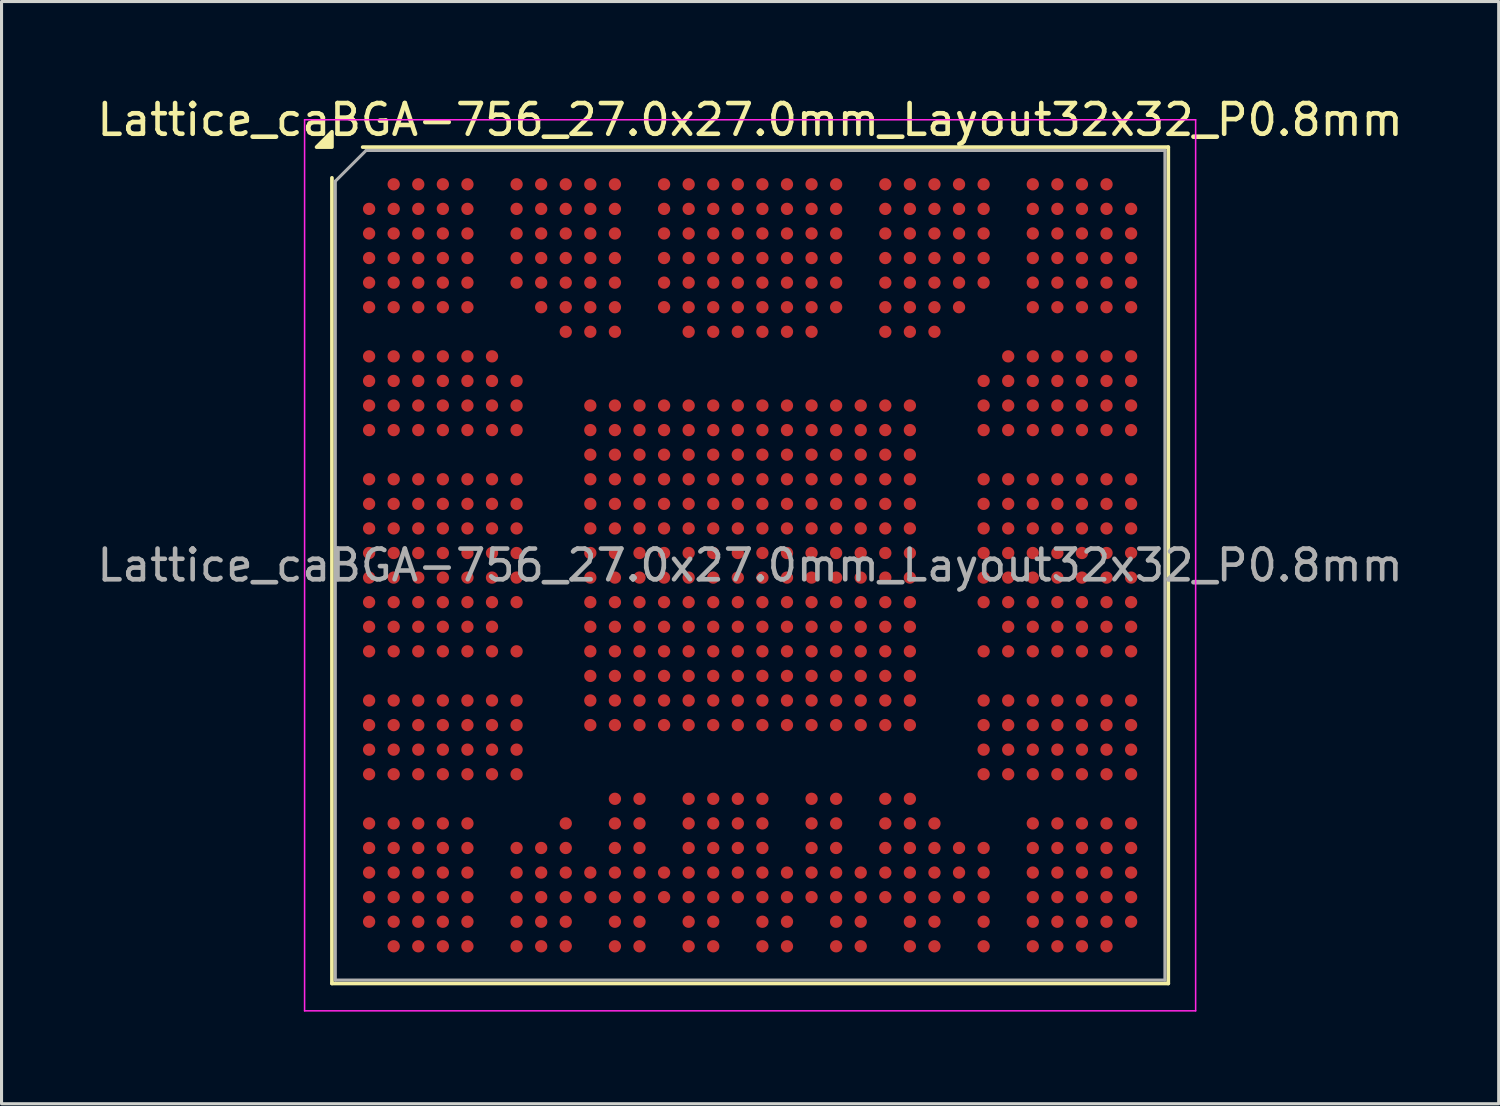
<source format=kicad_pcb>
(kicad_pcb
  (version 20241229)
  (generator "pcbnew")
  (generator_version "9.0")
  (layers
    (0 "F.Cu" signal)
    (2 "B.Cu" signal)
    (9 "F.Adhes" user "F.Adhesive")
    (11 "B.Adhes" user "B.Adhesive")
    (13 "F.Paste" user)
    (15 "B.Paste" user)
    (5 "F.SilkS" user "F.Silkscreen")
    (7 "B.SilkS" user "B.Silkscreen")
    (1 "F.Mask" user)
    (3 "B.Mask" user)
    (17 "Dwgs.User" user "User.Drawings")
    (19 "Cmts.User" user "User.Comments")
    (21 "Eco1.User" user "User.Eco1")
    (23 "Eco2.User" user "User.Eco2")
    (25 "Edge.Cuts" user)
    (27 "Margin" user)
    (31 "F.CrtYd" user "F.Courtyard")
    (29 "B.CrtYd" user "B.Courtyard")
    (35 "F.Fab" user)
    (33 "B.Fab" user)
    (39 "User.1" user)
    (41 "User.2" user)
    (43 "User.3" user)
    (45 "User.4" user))
  (footprint "Lattice_caBGA-756_27.0x27.0mm_Layout32x32_P0.8mm"
    (layer "F.Cu")
    (at 21.363 15.348)
    (property "Reference" "Lattice_caBGA-756_27.0x27.0mm_Layout32x32_P0.8mm" (at 0 -14.5 0) (layer "F.SilkS") (effects (font (size 1 1) (thickness 0.15))))
    (attr smd)
    (fp_line (start -13.61 13.61) (end -13.61 -12.61) (stroke (width 0.12) (type solid)) (layer "F.SilkS"))
    (fp_line (start -12.61 -13.61) (end 13.61 -13.61) (stroke (width 0.12) (type solid)) (layer "F.SilkS"))
    (fp_line (start 13.61 -13.61) (end 13.61 13.61) (stroke (width 0.12) (type solid)) (layer "F.SilkS"))
    (fp_line (start 13.61 13.61) (end -13.61 13.61) (stroke (width 0.12) (type solid)) (layer "F.SilkS"))
    (fp_poly (pts (xy -13.61 -13.61) (xy -14.11 -13.61) (xy -13.61 -14.11) (xy -13.61 -13.61)) (stroke (width 0.12) (type solid)) (fill yes) (layer "F.SilkS"))
    (fp_line (start -14.5 -14.5) (end -14.5 14.5) (stroke (width 0.05) (type solid)) (layer "F.CrtYd"))
    (fp_line (start -14.5 14.5) (end 14.5 14.5) (stroke (width 0.05) (type solid)) (layer "F.CrtYd"))
    (fp_line (start 14.5 -14.5) (end -14.5 -14.5) (stroke (width 0.05) (type solid)) (layer "F.CrtYd"))
    (fp_line (start 14.5 14.5) (end 14.5 -14.5) (stroke (width 0.05) (type solid)) (layer "F.CrtYd"))
    (fp_line (start -13.5 -12.5) (end -12.5 -13.5) (stroke (width 0.1) (type solid)) (layer "F.Fab"))
    (fp_line (start -13.5 13.5) (end -13.5 -12.5) (stroke (width 0.1) (type solid)) (layer "F.Fab"))
    (fp_line (start -12.5 -13.5) (end 13.5 -13.5) (stroke (width 0.1) (type solid)) (layer "F.Fab"))
    (fp_line (start 13.5 -13.5) (end 13.5 13.5) (stroke (width 0.1) (type solid)) (layer "F.Fab"))
    (fp_line (start 13.5 13.5) (end -13.5 13.5) (stroke (width 0.1) (type solid)) (layer "F.Fab"))
    (fp_text user "${REFERENCE}" (at 0 0 0) (layer "F.Fab") (effects (font (size 1 1) (thickness 0.15))))
    (pad "A2" smd circle (at -11.6 -12.4) (size 0.4 0.4) (property pad_prop_bga) (layers "F.Cu" "F.Mask" "F.Paste"))
    (pad "A3" smd circle (at -10.8 -12.4) (size 0.4 0.4) (property pad_prop_bga) (layers "F.Cu" "F.Mask" "F.Paste"))
    (pad "A4" smd circle (at -10 -12.4) (size 0.4 0.4) (property pad_prop_bga) (layers "F.Cu" "F.Mask" "F.Paste"))
    (pad "A5" smd circle (at -9.2 -12.4) (size 0.4 0.4) (property pad_prop_bga) (layers "F.Cu" "F.Mask" "F.Paste"))
    (pad "A7" smd circle (at -7.6 -12.4) (size 0.4 0.4) (property pad_prop_bga) (layers "F.Cu" "F.Mask" "F.Paste"))
    (pad "A8" smd circle (at -6.8 -12.4) (size 0.4 0.4) (property pad_prop_bga) (layers "F.Cu" "F.Mask" "F.Paste"))
    (pad "A9" smd circle (at -6 -12.4) (size 0.4 0.4) (property pad_prop_bga) (layers "F.Cu" "F.Mask" "F.Paste"))
    (pad "A10" smd circle (at -5.2 -12.4) (size 0.4 0.4) (property pad_prop_bga) (layers "F.Cu" "F.Mask" "F.Paste"))
    (pad "A11" smd circle (at -4.4 -12.4) (size 0.4 0.4) (property pad_prop_bga) (layers "F.Cu" "F.Mask" "F.Paste"))
    (pad "A13" smd circle (at -2.8 -12.4) (size 0.4 0.4) (property pad_prop_bga) (layers "F.Cu" "F.Mask" "F.Paste"))
    (pad "A14" smd circle (at -2 -12.4) (size 0.4 0.4) (property pad_prop_bga) (layers "F.Cu" "F.Mask" "F.Paste"))
    (pad "A15" smd circle (at -1.2 -12.4) (size 0.4 0.4) (property pad_prop_bga) (layers "F.Cu" "F.Mask" "F.Paste"))
    (pad "A16" smd circle (at -0.4 -12.4) (size 0.4 0.4) (property pad_prop_bga) (layers "F.Cu" "F.Mask" "F.Paste"))
    (pad "A17" smd circle (at 0.4 -12.4) (size 0.4 0.4) (property pad_prop_bga) (layers "F.Cu" "F.Mask" "F.Paste"))
    (pad "A18" smd circle (at 1.2 -12.4) (size 0.4 0.4) (property pad_prop_bga) (layers "F.Cu" "F.Mask" "F.Paste"))
    (pad "A19" smd circle (at 2 -12.4) (size 0.4 0.4) (property pad_prop_bga) (layers "F.Cu" "F.Mask" "F.Paste"))
    (pad "A20" smd circle (at 2.8 -12.4) (size 0.4 0.4) (property pad_prop_bga) (layers "F.Cu" "F.Mask" "F.Paste"))
    (pad "A22" smd circle (at 4.4 -12.4) (size 0.4 0.4) (property pad_prop_bga) (layers "F.Cu" "F.Mask" "F.Paste"))
    (pad "A23" smd circle (at 5.2 -12.4) (size 0.4 0.4) (property pad_prop_bga) (layers "F.Cu" "F.Mask" "F.Paste"))
    (pad "A24" smd circle (at 6 -12.4) (size 0.4 0.4) (property pad_prop_bga) (layers "F.Cu" "F.Mask" "F.Paste"))
    (pad "A25" smd circle (at 6.8 -12.4) (size 0.4 0.4) (property pad_prop_bga) (layers "F.Cu" "F.Mask" "F.Paste"))
    (pad "A26" smd circle (at 7.6 -12.4) (size 0.4 0.4) (property pad_prop_bga) (layers "F.Cu" "F.Mask" "F.Paste"))
    (pad "A28" smd circle (at 9.2 -12.4) (size 0.4 0.4) (property pad_prop_bga) (layers "F.Cu" "F.Mask" "F.Paste"))
    (pad "A29" smd circle (at 10 -12.4) (size 0.4 0.4) (property pad_prop_bga) (layers "F.Cu" "F.Mask" "F.Paste"))
    (pad "A30" smd circle (at 10.8 -12.4) (size 0.4 0.4) (property pad_prop_bga) (layers "F.Cu" "F.Mask" "F.Paste"))
    (pad "A31" smd circle (at 11.6 -12.4) (size 0.4 0.4) (property pad_prop_bga) (layers "F.Cu" "F.Mask" "F.Paste"))
    (pad "AA10" smd circle (at -5.2 3.6) (size 0.4 0.4) (property pad_prop_bga) (layers "F.Cu" "F.Mask" "F.Paste"))
    (pad "AA11" smd circle (at -4.4 3.6) (size 0.4 0.4) (property pad_prop_bga) (layers "F.Cu" "F.Mask" "F.Paste"))
    (pad "AA12" smd circle (at -3.6 3.6) (size 0.4 0.4) (property pad_prop_bga) (layers "F.Cu" "F.Mask" "F.Paste"))
    (pad "AA13" smd circle (at -2.8 3.6) (size 0.4 0.4) (property pad_prop_bga) (layers "F.Cu" "F.Mask" "F.Paste"))
    (pad "AA14" smd circle (at -2 3.6) (size 0.4 0.4) (property pad_prop_bga) (layers "F.Cu" "F.Mask" "F.Paste"))
    (pad "AA15" smd circle (at -1.2 3.6) (size 0.4 0.4) (property pad_prop_bga) (layers "F.Cu" "F.Mask" "F.Paste"))
    (pad "AA16" smd circle (at -0.4 3.6) (size 0.4 0.4) (property pad_prop_bga) (layers "F.Cu" "F.Mask" "F.Paste"))
    (pad "AA17" smd circle (at 0.4 3.6) (size 0.4 0.4) (property pad_prop_bga) (layers "F.Cu" "F.Mask" "F.Paste"))
    (pad "AA18" smd circle (at 1.2 3.6) (size 0.4 0.4) (property pad_prop_bga) (layers "F.Cu" "F.Mask" "F.Paste"))
    (pad "AA19" smd circle (at 2 3.6) (size 0.4 0.4) (property pad_prop_bga) (layers "F.Cu" "F.Mask" "F.Paste"))
    (pad "AA20" smd circle (at 2.8 3.6) (size 0.4 0.4) (property pad_prop_bga) (layers "F.Cu" "F.Mask" "F.Paste"))
    (pad "AA21" smd circle (at 3.6 3.6) (size 0.4 0.4) (property pad_prop_bga) (layers "F.Cu" "F.Mask" "F.Paste"))
    (pad "AA22" smd circle (at 4.4 3.6) (size 0.4 0.4) (property pad_prop_bga) (layers "F.Cu" "F.Mask" "F.Paste"))
    (pad "AA23" smd circle (at 5.2 3.6) (size 0.4 0.4) (property pad_prop_bga) (layers "F.Cu" "F.Mask" "F.Paste"))
    (pad "AB1" smd circle (at -12.4 4.4) (size 0.4 0.4) (property pad_prop_bga) (layers "F.Cu" "F.Mask" "F.Paste"))
    (pad "AB2" smd circle (at -11.6 4.4) (size 0.4 0.4) (property pad_prop_bga) (layers "F.Cu" "F.Mask" "F.Paste"))
    (pad "AB3" smd circle (at -10.8 4.4) (size 0.4 0.4) (property pad_prop_bga) (layers "F.Cu" "F.Mask" "F.Paste"))
    (pad "AB4" smd circle (at -10 4.4) (size 0.4 0.4) (property pad_prop_bga) (layers "F.Cu" "F.Mask" "F.Paste"))
    (pad "AB5" smd circle (at -9.2 4.4) (size 0.4 0.4) (property pad_prop_bga) (layers "F.Cu" "F.Mask" "F.Paste"))
    (pad "AB6" smd circle (at -8.4 4.4) (size 0.4 0.4) (property pad_prop_bga) (layers "F.Cu" "F.Mask" "F.Paste"))
    (pad "AB7" smd circle (at -7.6 4.4) (size 0.4 0.4) (property pad_prop_bga) (layers "F.Cu" "F.Mask" "F.Paste"))
    (pad "AB10" smd circle (at -5.2 4.4) (size 0.4 0.4) (property pad_prop_bga) (layers "F.Cu" "F.Mask" "F.Paste"))
    (pad "AB11" smd circle (at -4.4 4.4) (size 0.4 0.4) (property pad_prop_bga) (layers "F.Cu" "F.Mask" "F.Paste"))
    (pad "AB12" smd circle (at -3.6 4.4) (size 0.4 0.4) (property pad_prop_bga) (layers "F.Cu" "F.Mask" "F.Paste"))
    (pad "AB13" smd circle (at -2.8 4.4) (size 0.4 0.4) (property pad_prop_bga) (layers "F.Cu" "F.Mask" "F.Paste"))
    (pad "AB14" smd circle (at -2 4.4) (size 0.4 0.4) (property pad_prop_bga) (layers "F.Cu" "F.Mask" "F.Paste"))
    (pad "AB15" smd circle (at -1.2 4.4) (size 0.4 0.4) (property pad_prop_bga) (layers "F.Cu" "F.Mask" "F.Paste"))
    (pad "AB16" smd circle (at -0.4 4.4) (size 0.4 0.4) (property pad_prop_bga) (layers "F.Cu" "F.Mask" "F.Paste"))
    (pad "AB17" smd circle (at 0.4 4.4) (size 0.4 0.4) (property pad_prop_bga) (layers "F.Cu" "F.Mask" "F.Paste"))
    (pad "AB18" smd circle (at 1.2 4.4) (size 0.4 0.4) (property pad_prop_bga) (layers "F.Cu" "F.Mask" "F.Paste"))
    (pad "AB19" smd circle (at 2 4.4) (size 0.4 0.4) (property pad_prop_bga) (layers "F.Cu" "F.Mask" "F.Paste"))
    (pad "AB20" smd circle (at 2.8 4.4) (size 0.4 0.4) (property pad_prop_bga) (layers "F.Cu" "F.Mask" "F.Paste"))
    (pad "AB21" smd circle (at 3.6 4.4) (size 0.4 0.4) (property pad_prop_bga) (layers "F.Cu" "F.Mask" "F.Paste"))
    (pad "AB22" smd circle (at 4.4 4.4) (size 0.4 0.4) (property pad_prop_bga) (layers "F.Cu" "F.Mask" "F.Paste"))
    (pad "AB23" smd circle (at 5.2 4.4) (size 0.4 0.4) (property pad_prop_bga) (layers "F.Cu" "F.Mask" "F.Paste"))
    (pad "AB26" smd circle (at 7.6 4.4) (size 0.4 0.4) (property pad_prop_bga) (layers "F.Cu" "F.Mask" "F.Paste"))
    (pad "AB27" smd circle (at 8.4 4.4) (size 0.4 0.4) (property pad_prop_bga) (layers "F.Cu" "F.Mask" "F.Paste"))
    (pad "AB28" smd circle (at 9.2 4.4) (size 0.4 0.4) (property pad_prop_bga) (layers "F.Cu" "F.Mask" "F.Paste"))
    (pad "AB29" smd circle (at 10 4.4) (size 0.4 0.4) (property pad_prop_bga) (layers "F.Cu" "F.Mask" "F.Paste"))
    (pad "AB30" smd circle (at 10.8 4.4) (size 0.4 0.4) (property pad_prop_bga) (layers "F.Cu" "F.Mask" "F.Paste"))
    (pad "AB31" smd circle (at 11.6 4.4) (size 0.4 0.4) (property pad_prop_bga) (layers "F.Cu" "F.Mask" "F.Paste"))
    (pad "AB32" smd circle (at 12.4 4.4) (size 0.4 0.4) (property pad_prop_bga) (layers "F.Cu" "F.Mask" "F.Paste"))
    (pad "AC1" smd circle (at -12.4 5.2) (size 0.4 0.4) (property pad_prop_bga) (layers "F.Cu" "F.Mask" "F.Paste"))
    (pad "AC2" smd circle (at -11.6 5.2) (size 0.4 0.4) (property pad_prop_bga) (layers "F.Cu" "F.Mask" "F.Paste"))
    (pad "AC3" smd circle (at -10.8 5.2) (size 0.4 0.4) (property pad_prop_bga) (layers "F.Cu" "F.Mask" "F.Paste"))
    (pad "AC4" smd circle (at -10 5.2) (size 0.4 0.4) (property pad_prop_bga) (layers "F.Cu" "F.Mask" "F.Paste"))
    (pad "AC5" smd circle (at -9.2 5.2) (size 0.4 0.4) (property pad_prop_bga) (layers "F.Cu" "F.Mask" "F.Paste"))
    (pad "AC6" smd circle (at -8.4 5.2) (size 0.4 0.4) (property pad_prop_bga) (layers "F.Cu" "F.Mask" "F.Paste"))
    (pad "AC7" smd circle (at -7.6 5.2) (size 0.4 0.4) (property pad_prop_bga) (layers "F.Cu" "F.Mask" "F.Paste"))
    (pad "AC10" smd circle (at -5.2 5.2) (size 0.4 0.4) (property pad_prop_bga) (layers "F.Cu" "F.Mask" "F.Paste"))
    (pad "AC11" smd circle (at -4.4 5.2) (size 0.4 0.4) (property pad_prop_bga) (layers "F.Cu" "F.Mask" "F.Paste"))
    (pad "AC12" smd circle (at -3.6 5.2) (size 0.4 0.4) (property pad_prop_bga) (layers "F.Cu" "F.Mask" "F.Paste"))
    (pad "AC13" smd circle (at -2.8 5.2) (size 0.4 0.4) (property pad_prop_bga) (layers "F.Cu" "F.Mask" "F.Paste"))
    (pad "AC14" smd circle (at -2 5.2) (size 0.4 0.4) (property pad_prop_bga) (layers "F.Cu" "F.Mask" "F.Paste"))
    (pad "AC15" smd circle (at -1.2 5.2) (size 0.4 0.4) (property pad_prop_bga) (layers "F.Cu" "F.Mask" "F.Paste"))
    (pad "AC16" smd circle (at -0.4 5.2) (size 0.4 0.4) (property pad_prop_bga) (layers "F.Cu" "F.Mask" "F.Paste"))
    (pad "AC17" smd circle (at 0.4 5.2) (size 0.4 0.4) (property pad_prop_bga) (layers "F.Cu" "F.Mask" "F.Paste"))
    (pad "AC18" smd circle (at 1.2 5.2) (size 0.4 0.4) (property pad_prop_bga) (layers "F.Cu" "F.Mask" "F.Paste"))
    (pad "AC19" smd circle (at 2 5.2) (size 0.4 0.4) (property pad_prop_bga) (layers "F.Cu" "F.Mask" "F.Paste"))
    (pad "AC20" smd circle (at 2.8 5.2) (size 0.4 0.4) (property pad_prop_bga) (layers "F.Cu" "F.Mask" "F.Paste"))
    (pad "AC21" smd circle (at 3.6 5.2) (size 0.4 0.4) (property pad_prop_bga) (layers "F.Cu" "F.Mask" "F.Paste"))
    (pad "AC22" smd circle (at 4.4 5.2) (size 0.4 0.4) (property pad_prop_bga) (layers "F.Cu" "F.Mask" "F.Paste"))
    (pad "AC23" smd circle (at 5.2 5.2) (size 0.4 0.4) (property pad_prop_bga) (layers "F.Cu" "F.Mask" "F.Paste"))
    (pad "AC26" smd circle (at 7.6 5.2) (size 0.4 0.4) (property pad_prop_bga) (layers "F.Cu" "F.Mask" "F.Paste"))
    (pad "AC27" smd circle (at 8.4 5.2) (size 0.4 0.4) (property pad_prop_bga) (layers "F.Cu" "F.Mask" "F.Paste"))
    (pad "AC28" smd circle (at 9.2 5.2) (size 0.4 0.4) (property pad_prop_bga) (layers "F.Cu" "F.Mask" "F.Paste"))
    (pad "AC29" smd circle (at 10 5.2) (size 0.4 0.4) (property pad_prop_bga) (layers "F.Cu" "F.Mask" "F.Paste"))
    (pad "AC30" smd circle (at 10.8 5.2) (size 0.4 0.4) (property pad_prop_bga) (layers "F.Cu" "F.Mask" "F.Paste"))
    (pad "AC31" smd circle (at 11.6 5.2) (size 0.4 0.4) (property pad_prop_bga) (layers "F.Cu" "F.Mask" "F.Paste"))
    (pad "AC32" smd circle (at 12.4 5.2) (size 0.4 0.4) (property pad_prop_bga) (layers "F.Cu" "F.Mask" "F.Paste"))
    (pad "AD1" smd circle (at -12.4 6) (size 0.4 0.4) (property pad_prop_bga) (layers "F.Cu" "F.Mask" "F.Paste"))
    (pad "AD2" smd circle (at -11.6 6) (size 0.4 0.4) (property pad_prop_bga) (layers "F.Cu" "F.Mask" "F.Paste"))
    (pad "AD3" smd circle (at -10.8 6) (size 0.4 0.4) (property pad_prop_bga) (layers "F.Cu" "F.Mask" "F.Paste"))
    (pad "AD4" smd circle (at -10 6) (size 0.4 0.4) (property pad_prop_bga) (layers "F.Cu" "F.Mask" "F.Paste"))
    (pad "AD5" smd circle (at -9.2 6) (size 0.4 0.4) (property pad_prop_bga) (layers "F.Cu" "F.Mask" "F.Paste"))
    (pad "AD6" smd circle (at -8.4 6) (size 0.4 0.4) (property pad_prop_bga) (layers "F.Cu" "F.Mask" "F.Paste"))
    (pad "AD7" smd circle (at -7.6 6) (size 0.4 0.4) (property pad_prop_bga) (layers "F.Cu" "F.Mask" "F.Paste"))
    (pad "AD26" smd circle (at 7.6 6) (size 0.4 0.4) (property pad_prop_bga) (layers "F.Cu" "F.Mask" "F.Paste"))
    (pad "AD27" smd circle (at 8.4 6) (size 0.4 0.4) (property pad_prop_bga) (layers "F.Cu" "F.Mask" "F.Paste"))
    (pad "AD28" smd circle (at 9.2 6) (size 0.4 0.4) (property pad_prop_bga) (layers "F.Cu" "F.Mask" "F.Paste"))
    (pad "AD29" smd circle (at 10 6) (size 0.4 0.4) (property pad_prop_bga) (layers "F.Cu" "F.Mask" "F.Paste"))
    (pad "AD30" smd circle (at 10.8 6) (size 0.4 0.4) (property pad_prop_bga) (layers "F.Cu" "F.Mask" "F.Paste"))
    (pad "AD31" smd circle (at 11.6 6) (size 0.4 0.4) (property pad_prop_bga) (layers "F.Cu" "F.Mask" "F.Paste"))
    (pad "AD32" smd circle (at 12.4 6) (size 0.4 0.4) (property pad_prop_bga) (layers "F.Cu" "F.Mask" "F.Paste"))
    (pad "AE1" smd circle (at -12.4 6.8) (size 0.4 0.4) (property pad_prop_bga) (layers "F.Cu" "F.Mask" "F.Paste"))
    (pad "AE2" smd circle (at -11.6 6.8) (size 0.4 0.4) (property pad_prop_bga) (layers "F.Cu" "F.Mask" "F.Paste"))
    (pad "AE3" smd circle (at -10.8 6.8) (size 0.4 0.4) (property pad_prop_bga) (layers "F.Cu" "F.Mask" "F.Paste"))
    (pad "AE4" smd circle (at -10 6.8) (size 0.4 0.4) (property pad_prop_bga) (layers "F.Cu" "F.Mask" "F.Paste"))
    (pad "AE5" smd circle (at -9.2 6.8) (size 0.4 0.4) (property pad_prop_bga) (layers "F.Cu" "F.Mask" "F.Paste"))
    (pad "AE6" smd circle (at -8.4 6.8) (size 0.4 0.4) (property pad_prop_bga) (layers "F.Cu" "F.Mask" "F.Paste"))
    (pad "AE7" smd circle (at -7.6 6.8) (size 0.4 0.4) (property pad_prop_bga) (layers "F.Cu" "F.Mask" "F.Paste"))
    (pad "AE26" smd circle (at 7.6 6.8) (size 0.4 0.4) (property pad_prop_bga) (layers "F.Cu" "F.Mask" "F.Paste"))
    (pad "AE27" smd circle (at 8.4 6.8) (size 0.4 0.4) (property pad_prop_bga) (layers "F.Cu" "F.Mask" "F.Paste"))
    (pad "AE28" smd circle (at 9.2 6.8) (size 0.4 0.4) (property pad_prop_bga) (layers "F.Cu" "F.Mask" "F.Paste"))
    (pad "AE29" smd circle (at 10 6.8) (size 0.4 0.4) (property pad_prop_bga) (layers "F.Cu" "F.Mask" "F.Paste"))
    (pad "AE30" smd circle (at 10.8 6.8) (size 0.4 0.4) (property pad_prop_bga) (layers "F.Cu" "F.Mask" "F.Paste"))
    (pad "AE31" smd circle (at 11.6 6.8) (size 0.4 0.4) (property pad_prop_bga) (layers "F.Cu" "F.Mask" "F.Paste"))
    (pad "AE32" smd circle (at 12.4 6.8) (size 0.4 0.4) (property pad_prop_bga) (layers "F.Cu" "F.Mask" "F.Paste"))
    (pad "AF11" smd circle (at -4.4 7.6) (size 0.4 0.4) (property pad_prop_bga) (layers "F.Cu" "F.Mask" "F.Paste"))
    (pad "AF12" smd circle (at -3.6 7.6) (size 0.4 0.4) (property pad_prop_bga) (layers "F.Cu" "F.Mask" "F.Paste"))
    (pad "AF14" smd circle (at -2 7.6) (size 0.4 0.4) (property pad_prop_bga) (layers "F.Cu" "F.Mask" "F.Paste"))
    (pad "AF15" smd circle (at -1.2 7.6) (size 0.4 0.4) (property pad_prop_bga) (layers "F.Cu" "F.Mask" "F.Paste"))
    (pad "AF16" smd circle (at -0.4 7.6) (size 0.4 0.4) (property pad_prop_bga) (layers "F.Cu" "F.Mask" "F.Paste"))
    (pad "AF17" smd circle (at 0.4 7.6) (size 0.4 0.4) (property pad_prop_bga) (layers "F.Cu" "F.Mask" "F.Paste"))
    (pad "AF19" smd circle (at 2 7.6) (size 0.4 0.4) (property pad_prop_bga) (layers "F.Cu" "F.Mask" "F.Paste"))
    (pad "AF20" smd circle (at 2.8 7.6) (size 0.4 0.4) (property pad_prop_bga) (layers "F.Cu" "F.Mask" "F.Paste"))
    (pad "AF22" smd circle (at 4.4 7.6) (size 0.4 0.4) (property pad_prop_bga) (layers "F.Cu" "F.Mask" "F.Paste"))
    (pad "AF23" smd circle (at 5.2 7.6) (size 0.4 0.4) (property pad_prop_bga) (layers "F.Cu" "F.Mask" "F.Paste"))
    (pad "AG1" smd circle (at -12.4 8.4) (size 0.4 0.4) (property pad_prop_bga) (layers "F.Cu" "F.Mask" "F.Paste"))
    (pad "AG2" smd circle (at -11.6 8.4) (size 0.4 0.4) (property pad_prop_bga) (layers "F.Cu" "F.Mask" "F.Paste"))
    (pad "AG3" smd circle (at -10.8 8.4) (size 0.4 0.4) (property pad_prop_bga) (layers "F.Cu" "F.Mask" "F.Paste"))
    (pad "AG4" smd circle (at -10 8.4) (size 0.4 0.4) (property pad_prop_bga) (layers "F.Cu" "F.Mask" "F.Paste"))
    (pad "AG5" smd circle (at -9.2 8.4) (size 0.4 0.4) (property pad_prop_bga) (layers "F.Cu" "F.Mask" "F.Paste"))
    (pad "AG9" smd circle (at -6 8.4) (size 0.4 0.4) (property pad_prop_bga) (layers "F.Cu" "F.Mask" "F.Paste"))
    (pad "AG11" smd circle (at -4.4 8.4) (size 0.4 0.4) (property pad_prop_bga) (layers "F.Cu" "F.Mask" "F.Paste"))
    (pad "AG12" smd circle (at -3.6 8.4) (size 0.4 0.4) (property pad_prop_bga) (layers "F.Cu" "F.Mask" "F.Paste"))
    (pad "AG14" smd circle (at -2 8.4) (size 0.4 0.4) (property pad_prop_bga) (layers "F.Cu" "F.Mask" "F.Paste"))
    (pad "AG15" smd circle (at -1.2 8.4) (size 0.4 0.4) (property pad_prop_bga) (layers "F.Cu" "F.Mask" "F.Paste"))
    (pad "AG16" smd circle (at -0.4 8.4) (size 0.4 0.4) (property pad_prop_bga) (layers "F.Cu" "F.Mask" "F.Paste"))
    (pad "AG17" smd circle (at 0.4 8.4) (size 0.4 0.4) (property pad_prop_bga) (layers "F.Cu" "F.Mask" "F.Paste"))
    (pad "AG19" smd circle (at 2 8.4) (size 0.4 0.4) (property pad_prop_bga) (layers "F.Cu" "F.Mask" "F.Paste"))
    (pad "AG20" smd circle (at 2.8 8.4) (size 0.4 0.4) (property pad_prop_bga) (layers "F.Cu" "F.Mask" "F.Paste"))
    (pad "AG22" smd circle (at 4.4 8.4) (size 0.4 0.4) (property pad_prop_bga) (layers "F.Cu" "F.Mask" "F.Paste"))
    (pad "AG23" smd circle (at 5.2 8.4) (size 0.4 0.4) (property pad_prop_bga) (layers "F.Cu" "F.Mask" "F.Paste"))
    (pad "AG24" smd circle (at 6 8.4) (size 0.4 0.4) (property pad_prop_bga) (layers "F.Cu" "F.Mask" "F.Paste"))
    (pad "AG28" smd circle (at 9.2 8.4) (size 0.4 0.4) (property pad_prop_bga) (layers "F.Cu" "F.Mask" "F.Paste"))
    (pad "AG29" smd circle (at 10 8.4) (size 0.4 0.4) (property pad_prop_bga) (layers "F.Cu" "F.Mask" "F.Paste"))
    (pad "AG30" smd circle (at 10.8 8.4) (size 0.4 0.4) (property pad_prop_bga) (layers "F.Cu" "F.Mask" "F.Paste"))
    (pad "AG31" smd circle (at 11.6 8.4) (size 0.4 0.4) (property pad_prop_bga) (layers "F.Cu" "F.Mask" "F.Paste"))
    (pad "AG32" smd circle (at 12.4 8.4) (size 0.4 0.4) (property pad_prop_bga) (layers "F.Cu" "F.Mask" "F.Paste"))
    (pad "AH1" smd circle (at -12.4 9.2) (size 0.4 0.4) (property pad_prop_bga) (layers "F.Cu" "F.Mask" "F.Paste"))
    (pad "AH2" smd circle (at -11.6 9.2) (size 0.4 0.4) (property pad_prop_bga) (layers "F.Cu" "F.Mask" "F.Paste"))
    (pad "AH3" smd circle (at -10.8 9.2) (size 0.4 0.4) (property pad_prop_bga) (layers "F.Cu" "F.Mask" "F.Paste"))
    (pad "AH4" smd circle (at -10 9.2) (size 0.4 0.4) (property pad_prop_bga) (layers "F.Cu" "F.Mask" "F.Paste"))
    (pad "AH5" smd circle (at -9.2 9.2) (size 0.4 0.4) (property pad_prop_bga) (layers "F.Cu" "F.Mask" "F.Paste"))
    (pad "AH7" smd circle (at -7.6 9.2) (size 0.4 0.4) (property pad_prop_bga) (layers "F.Cu" "F.Mask" "F.Paste"))
    (pad "AH8" smd circle (at -6.8 9.2) (size 0.4 0.4) (property pad_prop_bga) (layers "F.Cu" "F.Mask" "F.Paste"))
    (pad "AH9" smd circle (at -6 9.2) (size 0.4 0.4) (property pad_prop_bga) (layers "F.Cu" "F.Mask" "F.Paste"))
    (pad "AH11" smd circle (at -4.4 9.2) (size 0.4 0.4) (property pad_prop_bga) (layers "F.Cu" "F.Mask" "F.Paste"))
    (pad "AH12" smd circle (at -3.6 9.2) (size 0.4 0.4) (property pad_prop_bga) (layers "F.Cu" "F.Mask" "F.Paste"))
    (pad "AH14" smd circle (at -2 9.2) (size 0.4 0.4) (property pad_prop_bga) (layers "F.Cu" "F.Mask" "F.Paste"))
    (pad "AH15" smd circle (at -1.2 9.2) (size 0.4 0.4) (property pad_prop_bga) (layers "F.Cu" "F.Mask" "F.Paste"))
    (pad "AH16" smd circle (at -0.4 9.2) (size 0.4 0.4) (property pad_prop_bga) (layers "F.Cu" "F.Mask" "F.Paste"))
    (pad "AH17" smd circle (at 0.4 9.2) (size 0.4 0.4) (property pad_prop_bga) (layers "F.Cu" "F.Mask" "F.Paste"))
    (pad "AH19" smd circle (at 2 9.2) (size 0.4 0.4) (property pad_prop_bga) (layers "F.Cu" "F.Mask" "F.Paste"))
    (pad "AH20" smd circle (at 2.8 9.2) (size 0.4 0.4) (property pad_prop_bga) (layers "F.Cu" "F.Mask" "F.Paste"))
    (pad "AH22" smd circle (at 4.4 9.2) (size 0.4 0.4) (property pad_prop_bga) (layers "F.Cu" "F.Mask" "F.Paste"))
    (pad "AH23" smd circle (at 5.2 9.2) (size 0.4 0.4) (property pad_prop_bga) (layers "F.Cu" "F.Mask" "F.Paste"))
    (pad "AH24" smd circle (at 6 9.2) (size 0.4 0.4) (property pad_prop_bga) (layers "F.Cu" "F.Mask" "F.Paste"))
    (pad "AH25" smd circle (at 6.8 9.2) (size 0.4 0.4) (property pad_prop_bga) (layers "F.Cu" "F.Mask" "F.Paste"))
    (pad "AH26" smd circle (at 7.6 9.2) (size 0.4 0.4) (property pad_prop_bga) (layers "F.Cu" "F.Mask" "F.Paste"))
    (pad "AH28" smd circle (at 9.2 9.2) (size 0.4 0.4) (property pad_prop_bga) (layers "F.Cu" "F.Mask" "F.Paste"))
    (pad "AH29" smd circle (at 10 9.2) (size 0.4 0.4) (property pad_prop_bga) (layers "F.Cu" "F.Mask" "F.Paste"))
    (pad "AH30" smd circle (at 10.8 9.2) (size 0.4 0.4) (property pad_prop_bga) (layers "F.Cu" "F.Mask" "F.Paste"))
    (pad "AH31" smd circle (at 11.6 9.2) (size 0.4 0.4) (property pad_prop_bga) (layers "F.Cu" "F.Mask" "F.Paste"))
    (pad "AH32" smd circle (at 12.4 9.2) (size 0.4 0.4) (property pad_prop_bga) (layers "F.Cu" "F.Mask" "F.Paste"))
    (pad "AJ1" smd circle (at -12.4 10) (size 0.4 0.4) (property pad_prop_bga) (layers "F.Cu" "F.Mask" "F.Paste"))
    (pad "AJ2" smd circle (at -11.6 10) (size 0.4 0.4) (property pad_prop_bga) (layers "F.Cu" "F.Mask" "F.Paste"))
    (pad "AJ3" smd circle (at -10.8 10) (size 0.4 0.4) (property pad_prop_bga) (layers "F.Cu" "F.Mask" "F.Paste"))
    (pad "AJ4" smd circle (at -10 10) (size 0.4 0.4) (property pad_prop_bga) (layers "F.Cu" "F.Mask" "F.Paste"))
    (pad "AJ5" smd circle (at -9.2 10) (size 0.4 0.4) (property pad_prop_bga) (layers "F.Cu" "F.Mask" "F.Paste"))
    (pad "AJ7" smd circle (at -7.6 10) (size 0.4 0.4) (property pad_prop_bga) (layers "F.Cu" "F.Mask" "F.Paste"))
    (pad "AJ8" smd circle (at -6.8 10) (size 0.4 0.4) (property pad_prop_bga) (layers "F.Cu" "F.Mask" "F.Paste"))
    (pad "AJ9" smd circle (at -6 10) (size 0.4 0.4) (property pad_prop_bga) (layers "F.Cu" "F.Mask" "F.Paste"))
    (pad "AJ10" smd circle (at -5.2 10) (size 0.4 0.4) (property pad_prop_bga) (layers "F.Cu" "F.Mask" "F.Paste"))
    (pad "AJ11" smd circle (at -4.4 10) (size 0.4 0.4) (property pad_prop_bga) (layers "F.Cu" "F.Mask" "F.Paste"))
    (pad "AJ12" smd circle (at -3.6 10) (size 0.4 0.4) (property pad_prop_bga) (layers "F.Cu" "F.Mask" "F.Paste"))
    (pad "AJ13" smd circle (at -2.8 10) (size 0.4 0.4) (property pad_prop_bga) (layers "F.Cu" "F.Mask" "F.Paste"))
    (pad "AJ14" smd circle (at -2 10) (size 0.4 0.4) (property pad_prop_bga) (layers "F.Cu" "F.Mask" "F.Paste"))
    (pad "AJ15" smd circle (at -1.2 10) (size 0.4 0.4) (property pad_prop_bga) (layers "F.Cu" "F.Mask" "F.Paste"))
    (pad "AJ16" smd circle (at -0.4 10) (size 0.4 0.4) (property pad_prop_bga) (layers "F.Cu" "F.Mask" "F.Paste"))
    (pad "AJ17" smd circle (at 0.4 10) (size 0.4 0.4) (property pad_prop_bga) (layers "F.Cu" "F.Mask" "F.Paste"))
    (pad "AJ18" smd circle (at 1.2 10) (size 0.4 0.4) (property pad_prop_bga) (layers "F.Cu" "F.Mask" "F.Paste"))
    (pad "AJ19" smd circle (at 2 10) (size 0.4 0.4) (property pad_prop_bga) (layers "F.Cu" "F.Mask" "F.Paste"))
    (pad "AJ20" smd circle (at 2.8 10) (size 0.4 0.4) (property pad_prop_bga) (layers "F.Cu" "F.Mask" "F.Paste"))
    (pad "AJ21" smd circle (at 3.6 10) (size 0.4 0.4) (property pad_prop_bga) (layers "F.Cu" "F.Mask" "F.Paste"))
    (pad "AJ22" smd circle (at 4.4 10) (size 0.4 0.4) (property pad_prop_bga) (layers "F.Cu" "F.Mask" "F.Paste"))
    (pad "AJ23" smd circle (at 5.2 10) (size 0.4 0.4) (property pad_prop_bga) (layers "F.Cu" "F.Mask" "F.Paste"))
    (pad "AJ24" smd circle (at 6 10) (size 0.4 0.4) (property pad_prop_bga) (layers "F.Cu" "F.Mask" "F.Paste"))
    (pad "AJ25" smd circle (at 6.8 10) (size 0.4 0.4) (property pad_prop_bga) (layers "F.Cu" "F.Mask" "F.Paste"))
    (pad "AJ26" smd circle (at 7.6 10) (size 0.4 0.4) (property pad_prop_bga) (layers "F.Cu" "F.Mask" "F.Paste"))
    (pad "AJ28" smd circle (at 9.2 10) (size 0.4 0.4) (property pad_prop_bga) (layers "F.Cu" "F.Mask" "F.Paste"))
    (pad "AJ29" smd circle (at 10 10) (size 0.4 0.4) (property pad_prop_bga) (layers "F.Cu" "F.Mask" "F.Paste"))
    (pad "AJ30" smd circle (at 10.8 10) (size 0.4 0.4) (property pad_prop_bga) (layers "F.Cu" "F.Mask" "F.Paste"))
    (pad "AJ31" smd circle (at 11.6 10) (size 0.4 0.4) (property pad_prop_bga) (layers "F.Cu" "F.Mask" "F.Paste"))
    (pad "AJ32" smd circle (at 12.4 10) (size 0.4 0.4) (property pad_prop_bga) (layers "F.Cu" "F.Mask" "F.Paste"))
    (pad "AK1" smd circle (at -12.4 10.8) (size 0.4 0.4) (property pad_prop_bga) (layers "F.Cu" "F.Mask" "F.Paste"))
    (pad "AK2" smd circle (at -11.6 10.8) (size 0.4 0.4) (property pad_prop_bga) (layers "F.Cu" "F.Mask" "F.Paste"))
    (pad "AK3" smd circle (at -10.8 10.8) (size 0.4 0.4) (property pad_prop_bga) (layers "F.Cu" "F.Mask" "F.Paste"))
    (pad "AK4" smd circle (at -10 10.8) (size 0.4 0.4) (property pad_prop_bga) (layers "F.Cu" "F.Mask" "F.Paste"))
    (pad "AK5" smd circle (at -9.2 10.8) (size 0.4 0.4) (property pad_prop_bga) (layers "F.Cu" "F.Mask" "F.Paste"))
    (pad "AK7" smd circle (at -7.6 10.8) (size 0.4 0.4) (property pad_prop_bga) (layers "F.Cu" "F.Mask" "F.Paste"))
    (pad "AK8" smd circle (at -6.8 10.8) (size 0.4 0.4) (property pad_prop_bga) (layers "F.Cu" "F.Mask" "F.Paste"))
    (pad "AK9" smd circle (at -6 10.8) (size 0.4 0.4) (property pad_prop_bga) (layers "F.Cu" "F.Mask" "F.Paste"))
    (pad "AK10" smd circle (at -5.2 10.8) (size 0.4 0.4) (property pad_prop_bga) (layers "F.Cu" "F.Mask" "F.Paste"))
    (pad "AK11" smd circle (at -4.4 10.8) (size 0.4 0.4) (property pad_prop_bga) (layers "F.Cu" "F.Mask" "F.Paste"))
    (pad "AK12" smd circle (at -3.6 10.8) (size 0.4 0.4) (property pad_prop_bga) (layers "F.Cu" "F.Mask" "F.Paste"))
    (pad "AK13" smd circle (at -2.8 10.8) (size 0.4 0.4) (property pad_prop_bga) (layers "F.Cu" "F.Mask" "F.Paste"))
    (pad "AK14" smd circle (at -2 10.8) (size 0.4 0.4) (property pad_prop_bga) (layers "F.Cu" "F.Mask" "F.Paste"))
    (pad "AK15" smd circle (at -1.2 10.8) (size 0.4 0.4) (property pad_prop_bga) (layers "F.Cu" "F.Mask" "F.Paste"))
    (pad "AK16" smd circle (at -0.4 10.8) (size 0.4 0.4) (property pad_prop_bga) (layers "F.Cu" "F.Mask" "F.Paste"))
    (pad "AK17" smd circle (at 0.4 10.8) (size 0.4 0.4) (property pad_prop_bga) (layers "F.Cu" "F.Mask" "F.Paste"))
    (pad "AK18" smd circle (at 1.2 10.8) (size 0.4 0.4) (property pad_prop_bga) (layers "F.Cu" "F.Mask" "F.Paste"))
    (pad "AK19" smd circle (at 2 10.8) (size 0.4 0.4) (property pad_prop_bga) (layers "F.Cu" "F.Mask" "F.Paste"))
    (pad "AK20" smd circle (at 2.8 10.8) (size 0.4 0.4) (property pad_prop_bga) (layers "F.Cu" "F.Mask" "F.Paste"))
    (pad "AK21" smd circle (at 3.6 10.8) (size 0.4 0.4) (property pad_prop_bga) (layers "F.Cu" "F.Mask" "F.Paste"))
    (pad "AK22" smd circle (at 4.4 10.8) (size 0.4 0.4) (property pad_prop_bga) (layers "F.Cu" "F.Mask" "F.Paste"))
    (pad "AK23" smd circle (at 5.2 10.8) (size 0.4 0.4) (property pad_prop_bga) (layers "F.Cu" "F.Mask" "F.Paste"))
    (pad "AK24" smd circle (at 6 10.8) (size 0.4 0.4) (property pad_prop_bga) (layers "F.Cu" "F.Mask" "F.Paste"))
    (pad "AK25" smd circle (at 6.8 10.8) (size 0.4 0.4) (property pad_prop_bga) (layers "F.Cu" "F.Mask" "F.Paste"))
    (pad "AK26" smd circle (at 7.6 10.8) (size 0.4 0.4) (property pad_prop_bga) (layers "F.Cu" "F.Mask" "F.Paste"))
    (pad "AK28" smd circle (at 9.2 10.8) (size 0.4 0.4) (property pad_prop_bga) (layers "F.Cu" "F.Mask" "F.Paste"))
    (pad "AK29" smd circle (at 10 10.8) (size 0.4 0.4) (property pad_prop_bga) (layers "F.Cu" "F.Mask" "F.Paste"))
    (pad "AK30" smd circle (at 10.8 10.8) (size 0.4 0.4) (property pad_prop_bga) (layers "F.Cu" "F.Mask" "F.Paste"))
    (pad "AK31" smd circle (at 11.6 10.8) (size 0.4 0.4) (property pad_prop_bga) (layers "F.Cu" "F.Mask" "F.Paste"))
    (pad "AK32" smd circle (at 12.4 10.8) (size 0.4 0.4) (property pad_prop_bga) (layers "F.Cu" "F.Mask" "F.Paste"))
    (pad "AL1" smd circle (at -12.4 11.6) (size 0.4 0.4) (property pad_prop_bga) (layers "F.Cu" "F.Mask" "F.Paste"))
    (pad "AL2" smd circle (at -11.6 11.6) (size 0.4 0.4) (property pad_prop_bga) (layers "F.Cu" "F.Mask" "F.Paste"))
    (pad "AL3" smd circle (at -10.8 11.6) (size 0.4 0.4) (property pad_prop_bga) (layers "F.Cu" "F.Mask" "F.Paste"))
    (pad "AL4" smd circle (at -10 11.6) (size 0.4 0.4) (property pad_prop_bga) (layers "F.Cu" "F.Mask" "F.Paste"))
    (pad "AL5" smd circle (at -9.2 11.6) (size 0.4 0.4) (property pad_prop_bga) (layers "F.Cu" "F.Mask" "F.Paste"))
    (pad "AL7" smd circle (at -7.6 11.6) (size 0.4 0.4) (property pad_prop_bga) (layers "F.Cu" "F.Mask" "F.Paste"))
    (pad "AL8" smd circle (at -6.8 11.6) (size 0.4 0.4) (property pad_prop_bga) (layers "F.Cu" "F.Mask" "F.Paste"))
    (pad "AL9" smd circle (at -6 11.6) (size 0.4 0.4) (property pad_prop_bga) (layers "F.Cu" "F.Mask" "F.Paste"))
    (pad "AL11" smd circle (at -4.4 11.6) (size 0.4 0.4) (property pad_prop_bga) (layers "F.Cu" "F.Mask" "F.Paste"))
    (pad "AL12" smd circle (at -3.6 11.6) (size 0.4 0.4) (property pad_prop_bga) (layers "F.Cu" "F.Mask" "F.Paste"))
    (pad "AL14" smd circle (at -2 11.6) (size 0.4 0.4) (property pad_prop_bga) (layers "F.Cu" "F.Mask" "F.Paste"))
    (pad "AL15" smd circle (at -1.2 11.6) (size 0.4 0.4) (property pad_prop_bga) (layers "F.Cu" "F.Mask" "F.Paste"))
    (pad "AL17" smd circle (at 0.4 11.6) (size 0.4 0.4) (property pad_prop_bga) (layers "F.Cu" "F.Mask" "F.Paste"))
    (pad "AL18" smd circle (at 1.2 11.6) (size 0.4 0.4) (property pad_prop_bga) (layers "F.Cu" "F.Mask" "F.Paste"))
    (pad "AL20" smd circle (at 2.8 11.6) (size 0.4 0.4) (property pad_prop_bga) (layers "F.Cu" "F.Mask" "F.Paste"))
    (pad "AL21" smd circle (at 3.6 11.6) (size 0.4 0.4) (property pad_prop_bga) (layers "F.Cu" "F.Mask" "F.Paste"))
    (pad "AL23" smd circle (at 5.2 11.6) (size 0.4 0.4) (property pad_prop_bga) (layers "F.Cu" "F.Mask" "F.Paste"))
    (pad "AL24" smd circle (at 6 11.6) (size 0.4 0.4) (property pad_prop_bga) (layers "F.Cu" "F.Mask" "F.Paste"))
    (pad "AL26" smd circle (at 7.6 11.6) (size 0.4 0.4) (property pad_prop_bga) (layers "F.Cu" "F.Mask" "F.Paste"))
    (pad "AL28" smd circle (at 9.2 11.6) (size 0.4 0.4) (property pad_prop_bga) (layers "F.Cu" "F.Mask" "F.Paste"))
    (pad "AL29" smd circle (at 10 11.6) (size 0.4 0.4) (property pad_prop_bga) (layers "F.Cu" "F.Mask" "F.Paste"))
    (pad "AL30" smd circle (at 10.8 11.6) (size 0.4 0.4) (property pad_prop_bga) (layers "F.Cu" "F.Mask" "F.Paste"))
    (pad "AL31" smd circle (at 11.6 11.6) (size 0.4 0.4) (property pad_prop_bga) (layers "F.Cu" "F.Mask" "F.Paste"))
    (pad "AL32" smd circle (at 12.4 11.6) (size 0.4 0.4) (property pad_prop_bga) (layers "F.Cu" "F.Mask" "F.Paste"))
    (pad "AM2" smd circle (at -11.6 12.4) (size 0.4 0.4) (property pad_prop_bga) (layers "F.Cu" "F.Mask" "F.Paste"))
    (pad "AM3" smd circle (at -10.8 12.4) (size 0.4 0.4) (property pad_prop_bga) (layers "F.Cu" "F.Mask" "F.Paste"))
    (pad "AM4" smd circle (at -10 12.4) (size 0.4 0.4) (property pad_prop_bga) (layers "F.Cu" "F.Mask" "F.Paste"))
    (pad "AM5" smd circle (at -9.2 12.4) (size 0.4 0.4) (property pad_prop_bga) (layers "F.Cu" "F.Mask" "F.Paste"))
    (pad "AM7" smd circle (at -7.6 12.4) (size 0.4 0.4) (property pad_prop_bga) (layers "F.Cu" "F.Mask" "F.Paste"))
    (pad "AM8" smd circle (at -6.8 12.4) (size 0.4 0.4) (property pad_prop_bga) (layers "F.Cu" "F.Mask" "F.Paste"))
    (pad "AM9" smd circle (at -6 12.4) (size 0.4 0.4) (property pad_prop_bga) (layers "F.Cu" "F.Mask" "F.Paste"))
    (pad "AM11" smd circle (at -4.4 12.4) (size 0.4 0.4) (property pad_prop_bga) (layers "F.Cu" "F.Mask" "F.Paste"))
    (pad "AM12" smd circle (at -3.6 12.4) (size 0.4 0.4) (property pad_prop_bga) (layers "F.Cu" "F.Mask" "F.Paste"))
    (pad "AM14" smd circle (at -2 12.4) (size 0.4 0.4) (property pad_prop_bga) (layers "F.Cu" "F.Mask" "F.Paste"))
    (pad "AM15" smd circle (at -1.2 12.4) (size 0.4 0.4) (property pad_prop_bga) (layers "F.Cu" "F.Mask" "F.Paste"))
    (pad "AM17" smd circle (at 0.4 12.4) (size 0.4 0.4) (property pad_prop_bga) (layers "F.Cu" "F.Mask" "F.Paste"))
    (pad "AM18" smd circle (at 1.2 12.4) (size 0.4 0.4) (property pad_prop_bga) (layers "F.Cu" "F.Mask" "F.Paste"))
    (pad "AM20" smd circle (at 2.8 12.4) (size 0.4 0.4) (property pad_prop_bga) (layers "F.Cu" "F.Mask" "F.Paste"))
    (pad "AM21" smd circle (at 3.6 12.4) (size 0.4 0.4) (property pad_prop_bga) (layers "F.Cu" "F.Mask" "F.Paste"))
    (pad "AM23" smd circle (at 5.2 12.4) (size 0.4 0.4) (property pad_prop_bga) (layers "F.Cu" "F.Mask" "F.Paste"))
    (pad "AM24" smd circle (at 6 12.4) (size 0.4 0.4) (property pad_prop_bga) (layers "F.Cu" "F.Mask" "F.Paste"))
    (pad "AM26" smd circle (at 7.6 12.4) (size 0.4 0.4) (property pad_prop_bga) (layers "F.Cu" "F.Mask" "F.Paste"))
    (pad "AM28" smd circle (at 9.2 12.4) (size 0.4 0.4) (property pad_prop_bga) (layers "F.Cu" "F.Mask" "F.Paste"))
    (pad "AM29" smd circle (at 10 12.4) (size 0.4 0.4) (property pad_prop_bga) (layers "F.Cu" "F.Mask" "F.Paste"))
    (pad "AM30" smd circle (at 10.8 12.4) (size 0.4 0.4) (property pad_prop_bga) (layers "F.Cu" "F.Mask" "F.Paste"))
    (pad "AM31" smd circle (at 11.6 12.4) (size 0.4 0.4) (property pad_prop_bga) (layers "F.Cu" "F.Mask" "F.Paste"))
    (pad "B1" smd circle (at -12.4 -11.6) (size 0.4 0.4) (property pad_prop_bga) (layers "F.Cu" "F.Mask" "F.Paste"))
    (pad "B2" smd circle (at -11.6 -11.6) (size 0.4 0.4) (property pad_prop_bga) (layers "F.Cu" "F.Mask" "F.Paste"))
    (pad "B3" smd circle (at -10.8 -11.6) (size 0.4 0.4) (property pad_prop_bga) (layers "F.Cu" "F.Mask" "F.Paste"))
    (pad "B4" smd circle (at -10 -11.6) (size 0.4 0.4) (property pad_prop_bga) (layers "F.Cu" "F.Mask" "F.Paste"))
    (pad "B5" smd circle (at -9.2 -11.6) (size 0.4 0.4) (property pad_prop_bga) (layers "F.Cu" "F.Mask" "F.Paste"))
    (pad "B7" smd circle (at -7.6 -11.6) (size 0.4 0.4) (property pad_prop_bga) (layers "F.Cu" "F.Mask" "F.Paste"))
    (pad "B8" smd circle (at -6.8 -11.6) (size 0.4 0.4) (property pad_prop_bga) (layers "F.Cu" "F.Mask" "F.Paste"))
    (pad "B9" smd circle (at -6 -11.6) (size 0.4 0.4) (property pad_prop_bga) (layers "F.Cu" "F.Mask" "F.Paste"))
    (pad "B10" smd circle (at -5.2 -11.6) (size 0.4 0.4) (property pad_prop_bga) (layers "F.Cu" "F.Mask" "F.Paste"))
    (pad "B11" smd circle (at -4.4 -11.6) (size 0.4 0.4) (property pad_prop_bga) (layers "F.Cu" "F.Mask" "F.Paste"))
    (pad "B13" smd circle (at -2.8 -11.6) (size 0.4 0.4) (property pad_prop_bga) (layers "F.Cu" "F.Mask" "F.Paste"))
    (pad "B14" smd circle (at -2 -11.6) (size 0.4 0.4) (property pad_prop_bga) (layers "F.Cu" "F.Mask" "F.Paste"))
    (pad "B15" smd circle (at -1.2 -11.6) (size 0.4 0.4) (property pad_prop_bga) (layers "F.Cu" "F.Mask" "F.Paste"))
    (pad "B16" smd circle (at -0.4 -11.6) (size 0.4 0.4) (property pad_prop_bga) (layers "F.Cu" "F.Mask" "F.Paste"))
    (pad "B17" smd circle (at 0.4 -11.6) (size 0.4 0.4) (property pad_prop_bga) (layers "F.Cu" "F.Mask" "F.Paste"))
    (pad "B18" smd circle (at 1.2 -11.6) (size 0.4 0.4) (property pad_prop_bga) (layers "F.Cu" "F.Mask" "F.Paste"))
    (pad "B19" smd circle (at 2 -11.6) (size 0.4 0.4) (property pad_prop_bga) (layers "F.Cu" "F.Mask" "F.Paste"))
    (pad "B20" smd circle (at 2.8 -11.6) (size 0.4 0.4) (property pad_prop_bga) (layers "F.Cu" "F.Mask" "F.Paste"))
    (pad "B22" smd circle (at 4.4 -11.6) (size 0.4 0.4) (property pad_prop_bga) (layers "F.Cu" "F.Mask" "F.Paste"))
    (pad "B23" smd circle (at 5.2 -11.6) (size 0.4 0.4) (property pad_prop_bga) (layers "F.Cu" "F.Mask" "F.Paste"))
    (pad "B24" smd circle (at 6 -11.6) (size 0.4 0.4) (property pad_prop_bga) (layers "F.Cu" "F.Mask" "F.Paste"))
    (pad "B25" smd circle (at 6.8 -11.6) (size 0.4 0.4) (property pad_prop_bga) (layers "F.Cu" "F.Mask" "F.Paste"))
    (pad "B26" smd circle (at 7.6 -11.6) (size 0.4 0.4) (property pad_prop_bga) (layers "F.Cu" "F.Mask" "F.Paste"))
    (pad "B28" smd circle (at 9.2 -11.6) (size 0.4 0.4) (property pad_prop_bga) (layers "F.Cu" "F.Mask" "F.Paste"))
    (pad "B29" smd circle (at 10 -11.6) (size 0.4 0.4) (property pad_prop_bga) (layers "F.Cu" "F.Mask" "F.Paste"))
    (pad "B30" smd circle (at 10.8 -11.6) (size 0.4 0.4) (property pad_prop_bga) (layers "F.Cu" "F.Mask" "F.Paste"))
    (pad "B31" smd circle (at 11.6 -11.6) (size 0.4 0.4) (property pad_prop_bga) (layers "F.Cu" "F.Mask" "F.Paste"))
    (pad "B32" smd circle (at 12.4 -11.6) (size 0.4 0.4) (property pad_prop_bga) (layers "F.Cu" "F.Mask" "F.Paste"))
    (pad "C1" smd circle (at -12.4 -10.8) (size 0.4 0.4) (property pad_prop_bga) (layers "F.Cu" "F.Mask" "F.Paste"))
    (pad "C2" smd circle (at -11.6 -10.8) (size 0.4 0.4) (property pad_prop_bga) (layers "F.Cu" "F.Mask" "F.Paste"))
    (pad "C3" smd circle (at -10.8 -10.8) (size 0.4 0.4) (property pad_prop_bga) (layers "F.Cu" "F.Mask" "F.Paste"))
    (pad "C4" smd circle (at -10 -10.8) (size 0.4 0.4) (property pad_prop_bga) (layers "F.Cu" "F.Mask" "F.Paste"))
    (pad "C5" smd circle (at -9.2 -10.8) (size 0.4 0.4) (property pad_prop_bga) (layers "F.Cu" "F.Mask" "F.Paste"))
    (pad "C7" smd circle (at -7.6 -10.8) (size 0.4 0.4) (property pad_prop_bga) (layers "F.Cu" "F.Mask" "F.Paste"))
    (pad "C8" smd circle (at -6.8 -10.8) (size 0.4 0.4) (property pad_prop_bga) (layers "F.Cu" "F.Mask" "F.Paste"))
    (pad "C9" smd circle (at -6 -10.8) (size 0.4 0.4) (property pad_prop_bga) (layers "F.Cu" "F.Mask" "F.Paste"))
    (pad "C10" smd circle (at -5.2 -10.8) (size 0.4 0.4) (property pad_prop_bga) (layers "F.Cu" "F.Mask" "F.Paste"))
    (pad "C11" smd circle (at -4.4 -10.8) (size 0.4 0.4) (property pad_prop_bga) (layers "F.Cu" "F.Mask" "F.Paste"))
    (pad "C13" smd circle (at -2.8 -10.8) (size 0.4 0.4) (property pad_prop_bga) (layers "F.Cu" "F.Mask" "F.Paste"))
    (pad "C14" smd circle (at -2 -10.8) (size 0.4 0.4) (property pad_prop_bga) (layers "F.Cu" "F.Mask" "F.Paste"))
    (pad "C15" smd circle (at -1.2 -10.8) (size 0.4 0.4) (property pad_prop_bga) (layers "F.Cu" "F.Mask" "F.Paste"))
    (pad "C16" smd circle (at -0.4 -10.8) (size 0.4 0.4) (property pad_prop_bga) (layers "F.Cu" "F.Mask" "F.Paste"))
    (pad "C17" smd circle (at 0.4 -10.8) (size 0.4 0.4) (property pad_prop_bga) (layers "F.Cu" "F.Mask" "F.Paste"))
    (pad "C18" smd circle (at 1.2 -10.8) (size 0.4 0.4) (property pad_prop_bga) (layers "F.Cu" "F.Mask" "F.Paste"))
    (pad "C19" smd circle (at 2 -10.8) (size 0.4 0.4) (property pad_prop_bga) (layers "F.Cu" "F.Mask" "F.Paste"))
    (pad "C20" smd circle (at 2.8 -10.8) (size 0.4 0.4) (property pad_prop_bga) (layers "F.Cu" "F.Mask" "F.Paste"))
    (pad "C22" smd circle (at 4.4 -10.8) (size 0.4 0.4) (property pad_prop_bga) (layers "F.Cu" "F.Mask" "F.Paste"))
    (pad "C23" smd circle (at 5.2 -10.8) (size 0.4 0.4) (property pad_prop_bga) (layers "F.Cu" "F.Mask" "F.Paste"))
    (pad "C24" smd circle (at 6 -10.8) (size 0.4 0.4) (property pad_prop_bga) (layers "F.Cu" "F.Mask" "F.Paste"))
    (pad "C25" smd circle (at 6.8 -10.8) (size 0.4 0.4) (property pad_prop_bga) (layers "F.Cu" "F.Mask" "F.Paste"))
    (pad "C26" smd circle (at 7.6 -10.8) (size 0.4 0.4) (property pad_prop_bga) (layers "F.Cu" "F.Mask" "F.Paste"))
    (pad "C28" smd circle (at 9.2 -10.8) (size 0.4 0.4) (property pad_prop_bga) (layers "F.Cu" "F.Mask" "F.Paste"))
    (pad "C29" smd circle (at 10 -10.8) (size 0.4 0.4) (property pad_prop_bga) (layers "F.Cu" "F.Mask" "F.Paste"))
    (pad "C30" smd circle (at 10.8 -10.8) (size 0.4 0.4) (property pad_prop_bga) (layers "F.Cu" "F.Mask" "F.Paste"))
    (pad "C31" smd circle (at 11.6 -10.8) (size 0.4 0.4) (property pad_prop_bga) (layers "F.Cu" "F.Mask" "F.Paste"))
    (pad "C32" smd circle (at 12.4 -10.8) (size 0.4 0.4) (property pad_prop_bga) (layers "F.Cu" "F.Mask" "F.Paste"))
    (pad "D1" smd circle (at -12.4 -10) (size 0.4 0.4) (property pad_prop_bga) (layers "F.Cu" "F.Mask" "F.Paste"))
    (pad "D2" smd circle (at -11.6 -10) (size 0.4 0.4) (property pad_prop_bga) (layers "F.Cu" "F.Mask" "F.Paste"))
    (pad "D3" smd circle (at -10.8 -10) (size 0.4 0.4) (property pad_prop_bga) (layers "F.Cu" "F.Mask" "F.Paste"))
    (pad "D4" smd circle (at -10 -10) (size 0.4 0.4) (property pad_prop_bga) (layers "F.Cu" "F.Mask" "F.Paste"))
    (pad "D5" smd circle (at -9.2 -10) (size 0.4 0.4) (property pad_prop_bga) (layers "F.Cu" "F.Mask" "F.Paste"))
    (pad "D7" smd circle (at -7.6 -10) (size 0.4 0.4) (property pad_prop_bga) (layers "F.Cu" "F.Mask" "F.Paste"))
    (pad "D8" smd circle (at -6.8 -10) (size 0.4 0.4) (property pad_prop_bga) (layers "F.Cu" "F.Mask" "F.Paste"))
    (pad "D9" smd circle (at -6 -10) (size 0.4 0.4) (property pad_prop_bga) (layers "F.Cu" "F.Mask" "F.Paste"))
    (pad "D10" smd circle (at -5.2 -10) (size 0.4 0.4) (property pad_prop_bga) (layers "F.Cu" "F.Mask" "F.Paste"))
    (pad "D11" smd circle (at -4.4 -10) (size 0.4 0.4) (property pad_prop_bga) (layers "F.Cu" "F.Mask" "F.Paste"))
    (pad "D13" smd circle (at -2.8 -10) (size 0.4 0.4) (property pad_prop_bga) (layers "F.Cu" "F.Mask" "F.Paste"))
    (pad "D14" smd circle (at -2 -10) (size 0.4 0.4) (property pad_prop_bga) (layers "F.Cu" "F.Mask" "F.Paste"))
    (pad "D15" smd circle (at -1.2 -10) (size 0.4 0.4) (property pad_prop_bga) (layers "F.Cu" "F.Mask" "F.Paste"))
    (pad "D16" smd circle (at -0.4 -10) (size 0.4 0.4) (property pad_prop_bga) (layers "F.Cu" "F.Mask" "F.Paste"))
    (pad "D17" smd circle (at 0.4 -10) (size 0.4 0.4) (property pad_prop_bga) (layers "F.Cu" "F.Mask" "F.Paste"))
    (pad "D18" smd circle (at 1.2 -10) (size 0.4 0.4) (property pad_prop_bga) (layers "F.Cu" "F.Mask" "F.Paste"))
    (pad "D19" smd circle (at 2 -10) (size 0.4 0.4) (property pad_prop_bga) (layers "F.Cu" "F.Mask" "F.Paste"))
    (pad "D20" smd circle (at 2.8 -10) (size 0.4 0.4) (property pad_prop_bga) (layers "F.Cu" "F.Mask" "F.Paste"))
    (pad "D22" smd circle (at 4.4 -10) (size 0.4 0.4) (property pad_prop_bga) (layers "F.Cu" "F.Mask" "F.Paste"))
    (pad "D23" smd circle (at 5.2 -10) (size 0.4 0.4) (property pad_prop_bga) (layers "F.Cu" "F.Mask" "F.Paste"))
    (pad "D24" smd circle (at 6 -10) (size 0.4 0.4) (property pad_prop_bga) (layers "F.Cu" "F.Mask" "F.Paste"))
    (pad "D25" smd circle (at 6.8 -10) (size 0.4 0.4) (property pad_prop_bga) (layers "F.Cu" "F.Mask" "F.Paste"))
    (pad "D26" smd circle (at 7.6 -10) (size 0.4 0.4) (property pad_prop_bga) (layers "F.Cu" "F.Mask" "F.Paste"))
    (pad "D28" smd circle (at 9.2 -10) (size 0.4 0.4) (property pad_prop_bga) (layers "F.Cu" "F.Mask" "F.Paste"))
    (pad "D29" smd circle (at 10 -10) (size 0.4 0.4) (property pad_prop_bga) (layers "F.Cu" "F.Mask" "F.Paste"))
    (pad "D30" smd circle (at 10.8 -10) (size 0.4 0.4) (property pad_prop_bga) (layers "F.Cu" "F.Mask" "F.Paste"))
    (pad "D31" smd circle (at 11.6 -10) (size 0.4 0.4) (property pad_prop_bga) (layers "F.Cu" "F.Mask" "F.Paste"))
    (pad "D32" smd circle (at 12.4 -10) (size 0.4 0.4) (property pad_prop_bga) (layers "F.Cu" "F.Mask" "F.Paste"))
    (pad "E1" smd circle (at -12.4 -9.2) (size 0.4 0.4) (property pad_prop_bga) (layers "F.Cu" "F.Mask" "F.Paste"))
    (pad "E2" smd circle (at -11.6 -9.2) (size 0.4 0.4) (property pad_prop_bga) (layers "F.Cu" "F.Mask" "F.Paste"))
    (pad "E3" smd circle (at -10.8 -9.2) (size 0.4 0.4) (property pad_prop_bga) (layers "F.Cu" "F.Mask" "F.Paste"))
    (pad "E4" smd circle (at -10 -9.2) (size 0.4 0.4) (property pad_prop_bga) (layers "F.Cu" "F.Mask" "F.Paste"))
    (pad "E5" smd circle (at -9.2 -9.2) (size 0.4 0.4) (property pad_prop_bga) (layers "F.Cu" "F.Mask" "F.Paste"))
    (pad "E7" smd circle (at -7.6 -9.2) (size 0.4 0.4) (property pad_prop_bga) (layers "F.Cu" "F.Mask" "F.Paste"))
    (pad "E8" smd circle (at -6.8 -9.2) (size 0.4 0.4) (property pad_prop_bga) (layers "F.Cu" "F.Mask" "F.Paste"))
    (pad "E9" smd circle (at -6 -9.2) (size 0.4 0.4) (property pad_prop_bga) (layers "F.Cu" "F.Mask" "F.Paste"))
    (pad "E10" smd circle (at -5.2 -9.2) (size 0.4 0.4) (property pad_prop_bga) (layers "F.Cu" "F.Mask" "F.Paste"))
    (pad "E11" smd circle (at -4.4 -9.2) (size 0.4 0.4) (property pad_prop_bga) (layers "F.Cu" "F.Mask" "F.Paste"))
    (pad "E13" smd circle (at -2.8 -9.2) (size 0.4 0.4) (property pad_prop_bga) (layers "F.Cu" "F.Mask" "F.Paste"))
    (pad "E14" smd circle (at -2 -9.2) (size 0.4 0.4) (property pad_prop_bga) (layers "F.Cu" "F.Mask" "F.Paste"))
    (pad "E15" smd circle (at -1.2 -9.2) (size 0.4 0.4) (property pad_prop_bga) (layers "F.Cu" "F.Mask" "F.Paste"))
    (pad "E16" smd circle (at -0.4 -9.2) (size 0.4 0.4) (property pad_prop_bga) (layers "F.Cu" "F.Mask" "F.Paste"))
    (pad "E17" smd circle (at 0.4 -9.2) (size 0.4 0.4) (property pad_prop_bga) (layers "F.Cu" "F.Mask" "F.Paste"))
    (pad "E18" smd circle (at 1.2 -9.2) (size 0.4 0.4) (property pad_prop_bga) (layers "F.Cu" "F.Mask" "F.Paste"))
    (pad "E19" smd circle (at 2 -9.2) (size 0.4 0.4) (property pad_prop_bga) (layers "F.Cu" "F.Mask" "F.Paste"))
    (pad "E20" smd circle (at 2.8 -9.2) (size 0.4 0.4) (property pad_prop_bga) (layers "F.Cu" "F.Mask" "F.Paste"))
    (pad "E22" smd circle (at 4.4 -9.2) (size 0.4 0.4) (property pad_prop_bga) (layers "F.Cu" "F.Mask" "F.Paste"))
    (pad "E23" smd circle (at 5.2 -9.2) (size 0.4 0.4) (property pad_prop_bga) (layers "F.Cu" "F.Mask" "F.Paste"))
    (pad "E24" smd circle (at 6 -9.2) (size 0.4 0.4) (property pad_prop_bga) (layers "F.Cu" "F.Mask" "F.Paste"))
    (pad "E25" smd circle (at 6.8 -9.2) (size 0.4 0.4) (property pad_prop_bga) (layers "F.Cu" "F.Mask" "F.Paste"))
    (pad "E26" smd circle (at 7.6 -9.2) (size 0.4 0.4) (property pad_prop_bga) (layers "F.Cu" "F.Mask" "F.Paste"))
    (pad "E28" smd circle (at 9.2 -9.2) (size 0.4 0.4) (property pad_prop_bga) (layers "F.Cu" "F.Mask" "F.Paste"))
    (pad "E29" smd circle (at 10 -9.2) (size 0.4 0.4) (property pad_prop_bga) (layers "F.Cu" "F.Mask" "F.Paste"))
    (pad "E30" smd circle (at 10.8 -9.2) (size 0.4 0.4) (property pad_prop_bga) (layers "F.Cu" "F.Mask" "F.Paste"))
    (pad "E31" smd circle (at 11.6 -9.2) (size 0.4 0.4) (property pad_prop_bga) (layers "F.Cu" "F.Mask" "F.Paste"))
    (pad "E32" smd circle (at 12.4 -9.2) (size 0.4 0.4) (property pad_prop_bga) (layers "F.Cu" "F.Mask" "F.Paste"))
    (pad "F1" smd circle (at -12.4 -8.4) (size 0.4 0.4) (property pad_prop_bga) (layers "F.Cu" "F.Mask" "F.Paste"))
    (pad "F2" smd circle (at -11.6 -8.4) (size 0.4 0.4) (property pad_prop_bga) (layers "F.Cu" "F.Mask" "F.Paste"))
    (pad "F3" smd circle (at -10.8 -8.4) (size 0.4 0.4) (property pad_prop_bga) (layers "F.Cu" "F.Mask" "F.Paste"))
    (pad "F4" smd circle (at -10 -8.4) (size 0.4 0.4) (property pad_prop_bga) (layers "F.Cu" "F.Mask" "F.Paste"))
    (pad "F5" smd circle (at -9.2 -8.4) (size 0.4 0.4) (property pad_prop_bga) (layers "F.Cu" "F.Mask" "F.Paste"))
    (pad "F8" smd circle (at -6.8 -8.4) (size 0.4 0.4) (property pad_prop_bga) (layers "F.Cu" "F.Mask" "F.Paste"))
    (pad "F9" smd circle (at -6 -8.4) (size 0.4 0.4) (property pad_prop_bga) (layers "F.Cu" "F.Mask" "F.Paste"))
    (pad "F10" smd circle (at -5.2 -8.4) (size 0.4 0.4) (property pad_prop_bga) (layers "F.Cu" "F.Mask" "F.Paste"))
    (pad "F11" smd circle (at -4.4 -8.4) (size 0.4 0.4) (property pad_prop_bga) (layers "F.Cu" "F.Mask" "F.Paste"))
    (pad "F13" smd circle (at -2.8 -8.4) (size 0.4 0.4) (property pad_prop_bga) (layers "F.Cu" "F.Mask" "F.Paste"))
    (pad "F14" smd circle (at -2 -8.4) (size 0.4 0.4) (property pad_prop_bga) (layers "F.Cu" "F.Mask" "F.Paste"))
    (pad "F15" smd circle (at -1.2 -8.4) (size 0.4 0.4) (property pad_prop_bga) (layers "F.Cu" "F.Mask" "F.Paste"))
    (pad "F16" smd circle (at -0.4 -8.4) (size 0.4 0.4) (property pad_prop_bga) (layers "F.Cu" "F.Mask" "F.Paste"))
    (pad "F17" smd circle (at 0.4 -8.4) (size 0.4 0.4) (property pad_prop_bga) (layers "F.Cu" "F.Mask" "F.Paste"))
    (pad "F18" smd circle (at 1.2 -8.4) (size 0.4 0.4) (property pad_prop_bga) (layers "F.Cu" "F.Mask" "F.Paste"))
    (pad "F19" smd circle (at 2 -8.4) (size 0.4 0.4) (property pad_prop_bga) (layers "F.Cu" "F.Mask" "F.Paste"))
    (pad "F20" smd circle (at 2.8 -8.4) (size 0.4 0.4) (property pad_prop_bga) (layers "F.Cu" "F.Mask" "F.Paste"))
    (pad "F22" smd circle (at 4.4 -8.4) (size 0.4 0.4) (property pad_prop_bga) (layers "F.Cu" "F.Mask" "F.Paste"))
    (pad "F23" smd circle (at 5.2 -8.4) (size 0.4 0.4) (property pad_prop_bga) (layers "F.Cu" "F.Mask" "F.Paste"))
    (pad "F24" smd circle (at 6 -8.4) (size 0.4 0.4) (property pad_prop_bga) (layers "F.Cu" "F.Mask" "F.Paste"))
    (pad "F25" smd circle (at 6.8 -8.4) (size 0.4 0.4) (property pad_prop_bga) (layers "F.Cu" "F.Mask" "F.Paste"))
    (pad "F28" smd circle (at 9.2 -8.4) (size 0.4 0.4) (property pad_prop_bga) (layers "F.Cu" "F.Mask" "F.Paste"))
    (pad "F29" smd circle (at 10 -8.4) (size 0.4 0.4) (property pad_prop_bga) (layers "F.Cu" "F.Mask" "F.Paste"))
    (pad "F30" smd circle (at 10.8 -8.4) (size 0.4 0.4) (property pad_prop_bga) (layers "F.Cu" "F.Mask" "F.Paste"))
    (pad "F31" smd circle (at 11.6 -8.4) (size 0.4 0.4) (property pad_prop_bga) (layers "F.Cu" "F.Mask" "F.Paste"))
    (pad "F32" smd circle (at 12.4 -8.4) (size 0.4 0.4) (property pad_prop_bga) (layers "F.Cu" "F.Mask" "F.Paste"))
    (pad "G9" smd circle (at -6 -7.6) (size 0.4 0.4) (property pad_prop_bga) (layers "F.Cu" "F.Mask" "F.Paste"))
    (pad "G10" smd circle (at -5.2 -7.6) (size 0.4 0.4) (property pad_prop_bga) (layers "F.Cu" "F.Mask" "F.Paste"))
    (pad "G11" smd circle (at -4.4 -7.6) (size 0.4 0.4) (property pad_prop_bga) (layers "F.Cu" "F.Mask" "F.Paste"))
    (pad "G14" smd circle (at -2 -7.6) (size 0.4 0.4) (property pad_prop_bga) (layers "F.Cu" "F.Mask" "F.Paste"))
    (pad "G15" smd circle (at -1.2 -7.6) (size 0.4 0.4) (property pad_prop_bga) (layers "F.Cu" "F.Mask" "F.Paste"))
    (pad "G16" smd circle (at -0.4 -7.6) (size 0.4 0.4) (property pad_prop_bga) (layers "F.Cu" "F.Mask" "F.Paste"))
    (pad "G17" smd circle (at 0.4 -7.6) (size 0.4 0.4) (property pad_prop_bga) (layers "F.Cu" "F.Mask" "F.Paste"))
    (pad "G18" smd circle (at 1.2 -7.6) (size 0.4 0.4) (property pad_prop_bga) (layers "F.Cu" "F.Mask" "F.Paste"))
    (pad "G19" smd circle (at 2 -7.6) (size 0.4 0.4) (property pad_prop_bga) (layers "F.Cu" "F.Mask" "F.Paste"))
    (pad "G22" smd circle (at 4.4 -7.6) (size 0.4 0.4) (property pad_prop_bga) (layers "F.Cu" "F.Mask" "F.Paste"))
    (pad "G23" smd circle (at 5.2 -7.6) (size 0.4 0.4) (property pad_prop_bga) (layers "F.Cu" "F.Mask" "F.Paste"))
    (pad "G24" smd circle (at 6 -7.6) (size 0.4 0.4) (property pad_prop_bga) (layers "F.Cu" "F.Mask" "F.Paste"))
    (pad "H1" smd circle (at -12.4 -6.8) (size 0.4 0.4) (property pad_prop_bga) (layers "F.Cu" "F.Mask" "F.Paste"))
    (pad "H2" smd circle (at -11.6 -6.8) (size 0.4 0.4) (property pad_prop_bga) (layers "F.Cu" "F.Mask" "F.Paste"))
    (pad "H3" smd circle (at -10.8 -6.8) (size 0.4 0.4) (property pad_prop_bga) (layers "F.Cu" "F.Mask" "F.Paste"))
    (pad "H4" smd circle (at -10 -6.8) (size 0.4 0.4) (property pad_prop_bga) (layers "F.Cu" "F.Mask" "F.Paste"))
    (pad "H5" smd circle (at -9.2 -6.8) (size 0.4 0.4) (property pad_prop_bga) (layers "F.Cu" "F.Mask" "F.Paste"))
    (pad "H6" smd circle (at -8.4 -6.8) (size 0.4 0.4) (property pad_prop_bga) (layers "F.Cu" "F.Mask" "F.Paste"))
    (pad "H27" smd circle (at 8.4 -6.8) (size 0.4 0.4) (property pad_prop_bga) (layers "F.Cu" "F.Mask" "F.Paste"))
    (pad "H28" smd circle (at 9.2 -6.8) (size 0.4 0.4) (property pad_prop_bga) (layers "F.Cu" "F.Mask" "F.Paste"))
    (pad "H29" smd circle (at 10 -6.8) (size 0.4 0.4) (property pad_prop_bga) (layers "F.Cu" "F.Mask" "F.Paste"))
    (pad "H30" smd circle (at 10.8 -6.8) (size 0.4 0.4) (property pad_prop_bga) (layers "F.Cu" "F.Mask" "F.Paste"))
    (pad "H31" smd circle (at 11.6 -6.8) (size 0.4 0.4) (property pad_prop_bga) (layers "F.Cu" "F.Mask" "F.Paste"))
    (pad "H32" smd circle (at 12.4 -6.8) (size 0.4 0.4) (property pad_prop_bga) (layers "F.Cu" "F.Mask" "F.Paste"))
    (pad "J1" smd circle (at -12.4 -6) (size 0.4 0.4) (property pad_prop_bga) (layers "F.Cu" "F.Mask" "F.Paste"))
    (pad "J2" smd circle (at -11.6 -6) (size 0.4 0.4) (property pad_prop_bga) (layers "F.Cu" "F.Mask" "F.Paste"))
    (pad "J3" smd circle (at -10.8 -6) (size 0.4 0.4) (property pad_prop_bga) (layers "F.Cu" "F.Mask" "F.Paste"))
    (pad "J4" smd circle (at -10 -6) (size 0.4 0.4) (property pad_prop_bga) (layers "F.Cu" "F.Mask" "F.Paste"))
    (pad "J5" smd circle (at -9.2 -6) (size 0.4 0.4) (property pad_prop_bga) (layers "F.Cu" "F.Mask" "F.Paste"))
    (pad "J6" smd circle (at -8.4 -6) (size 0.4 0.4) (property pad_prop_bga) (layers "F.Cu" "F.Mask" "F.Paste"))
    (pad "J7" smd circle (at -7.6 -6) (size 0.4 0.4) (property pad_prop_bga) (layers "F.Cu" "F.Mask" "F.Paste"))
    (pad "J26" smd circle (at 7.6 -6) (size 0.4 0.4) (property pad_prop_bga) (layers "F.Cu" "F.Mask" "F.Paste"))
    (pad "J27" smd circle (at 8.4 -6) (size 0.4 0.4) (property pad_prop_bga) (layers "F.Cu" "F.Mask" "F.Paste"))
    (pad "J28" smd circle (at 9.2 -6) (size 0.4 0.4) (property pad_prop_bga) (layers "F.Cu" "F.Mask" "F.Paste"))
    (pad "J29" smd circle (at 10 -6) (size 0.4 0.4) (property pad_prop_bga) (layers "F.Cu" "F.Mask" "F.Paste"))
    (pad "J30" smd circle (at 10.8 -6) (size 0.4 0.4) (property pad_prop_bga) (layers "F.Cu" "F.Mask" "F.Paste"))
    (pad "J31" smd circle (at 11.6 -6) (size 0.4 0.4) (property pad_prop_bga) (layers "F.Cu" "F.Mask" "F.Paste"))
    (pad "J32" smd circle (at 12.4 -6) (size 0.4 0.4) (property pad_prop_bga) (layers "F.Cu" "F.Mask" "F.Paste"))
    (pad "K1" smd circle (at -12.4 -5.2) (size 0.4 0.4) (property pad_prop_bga) (layers "F.Cu" "F.Mask" "F.Paste"))
    (pad "K2" smd circle (at -11.6 -5.2) (size 0.4 0.4) (property pad_prop_bga) (layers "F.Cu" "F.Mask" "F.Paste"))
    (pad "K3" smd circle (at -10.8 -5.2) (size 0.4 0.4) (property pad_prop_bga) (layers "F.Cu" "F.Mask" "F.Paste"))
    (pad "K4" smd circle (at -10 -5.2) (size 0.4 0.4) (property pad_prop_bga) (layers "F.Cu" "F.Mask" "F.Paste"))
    (pad "K5" smd circle (at -9.2 -5.2) (size 0.4 0.4) (property pad_prop_bga) (layers "F.Cu" "F.Mask" "F.Paste"))
    (pad "K6" smd circle (at -8.4 -5.2) (size 0.4 0.4) (property pad_prop_bga) (layers "F.Cu" "F.Mask" "F.Paste"))
    (pad "K7" smd circle (at -7.6 -5.2) (size 0.4 0.4) (property pad_prop_bga) (layers "F.Cu" "F.Mask" "F.Paste"))
    (pad "K10" smd circle (at -5.2 -5.2) (size 0.4 0.4) (property pad_prop_bga) (layers "F.Cu" "F.Mask" "F.Paste"))
    (pad "K11" smd circle (at -4.4 -5.2) (size 0.4 0.4) (property pad_prop_bga) (layers "F.Cu" "F.Mask" "F.Paste"))
    (pad "K12" smd circle (at -3.6 -5.2) (size 0.4 0.4) (property pad_prop_bga) (layers "F.Cu" "F.Mask" "F.Paste"))
    (pad "K13" smd circle (at -2.8 -5.2) (size 0.4 0.4) (property pad_prop_bga) (layers "F.Cu" "F.Mask" "F.Paste"))
    (pad "K14" smd circle (at -2 -5.2) (size 0.4 0.4) (property pad_prop_bga) (layers "F.Cu" "F.Mask" "F.Paste"))
    (pad "K15" smd circle (at -1.2 -5.2) (size 0.4 0.4) (property pad_prop_bga) (layers "F.Cu" "F.Mask" "F.Paste"))
    (pad "K16" smd circle (at -0.4 -5.2) (size 0.4 0.4) (property pad_prop_bga) (layers "F.Cu" "F.Mask" "F.Paste"))
    (pad "K17" smd circle (at 0.4 -5.2) (size 0.4 0.4) (property pad_prop_bga) (layers "F.Cu" "F.Mask" "F.Paste"))
    (pad "K18" smd circle (at 1.2 -5.2) (size 0.4 0.4) (property pad_prop_bga) (layers "F.Cu" "F.Mask" "F.Paste"))
    (pad "K19" smd circle (at 2 -5.2) (size 0.4 0.4) (property pad_prop_bga) (layers "F.Cu" "F.Mask" "F.Paste"))
    (pad "K20" smd circle (at 2.8 -5.2) (size 0.4 0.4) (property pad_prop_bga) (layers "F.Cu" "F.Mask" "F.Paste"))
    (pad "K21" smd circle (at 3.6 -5.2) (size 0.4 0.4) (property pad_prop_bga) (layers "F.Cu" "F.Mask" "F.Paste"))
    (pad "K22" smd circle (at 4.4 -5.2) (size 0.4 0.4) (property pad_prop_bga) (layers "F.Cu" "F.Mask" "F.Paste"))
    (pad "K23" smd circle (at 5.2 -5.2) (size 0.4 0.4) (property pad_prop_bga) (layers "F.Cu" "F.Mask" "F.Paste"))
    (pad "K26" smd circle (at 7.6 -5.2) (size 0.4 0.4) (property pad_prop_bga) (layers "F.Cu" "F.Mask" "F.Paste"))
    (pad "K27" smd circle (at 8.4 -5.2) (size 0.4 0.4) (property pad_prop_bga) (layers "F.Cu" "F.Mask" "F.Paste"))
    (pad "K28" smd circle (at 9.2 -5.2) (size 0.4 0.4) (property pad_prop_bga) (layers "F.Cu" "F.Mask" "F.Paste"))
    (pad "K29" smd circle (at 10 -5.2) (size 0.4 0.4) (property pad_prop_bga) (layers "F.Cu" "F.Mask" "F.Paste"))
    (pad "K30" smd circle (at 10.8 -5.2) (size 0.4 0.4) (property pad_prop_bga) (layers "F.Cu" "F.Mask" "F.Paste"))
    (pad "K31" smd circle (at 11.6 -5.2) (size 0.4 0.4) (property pad_prop_bga) (layers "F.Cu" "F.Mask" "F.Paste"))
    (pad "K32" smd circle (at 12.4 -5.2) (size 0.4 0.4) (property pad_prop_bga) (layers "F.Cu" "F.Mask" "F.Paste"))
    (pad "L1" smd circle (at -12.4 -4.4) (size 0.4 0.4) (property pad_prop_bga) (layers "F.Cu" "F.Mask" "F.Paste"))
    (pad "L2" smd circle (at -11.6 -4.4) (size 0.4 0.4) (property pad_prop_bga) (layers "F.Cu" "F.Mask" "F.Paste"))
    (pad "L3" smd circle (at -10.8 -4.4) (size 0.4 0.4) (property pad_prop_bga) (layers "F.Cu" "F.Mask" "F.Paste"))
    (pad "L4" smd circle (at -10 -4.4) (size 0.4 0.4) (property pad_prop_bga) (layers "F.Cu" "F.Mask" "F.Paste"))
    (pad "L5" smd circle (at -9.2 -4.4) (size 0.4 0.4) (property pad_prop_bga) (layers "F.Cu" "F.Mask" "F.Paste"))
    (pad "L6" smd circle (at -8.4 -4.4) (size 0.4 0.4) (property pad_prop_bga) (layers "F.Cu" "F.Mask" "F.Paste"))
    (pad "L7" smd circle (at -7.6 -4.4) (size 0.4 0.4) (property pad_prop_bga) (layers "F.Cu" "F.Mask" "F.Paste"))
    (pad "L10" smd circle (at -5.2 -4.4) (size 0.4 0.4) (property pad_prop_bga) (layers "F.Cu" "F.Mask" "F.Paste"))
    (pad "L11" smd circle (at -4.4 -4.4) (size 0.4 0.4) (property pad_prop_bga) (layers "F.Cu" "F.Mask" "F.Paste"))
    (pad "L12" smd circle (at -3.6 -4.4) (size 0.4 0.4) (property pad_prop_bga) (layers "F.Cu" "F.Mask" "F.Paste"))
    (pad "L13" smd circle (at -2.8 -4.4) (size 0.4 0.4) (property pad_prop_bga) (layers "F.Cu" "F.Mask" "F.Paste"))
    (pad "L14" smd circle (at -2 -4.4) (size 0.4 0.4) (property pad_prop_bga) (layers "F.Cu" "F.Mask" "F.Paste"))
    (pad "L15" smd circle (at -1.2 -4.4) (size 0.4 0.4) (property pad_prop_bga) (layers "F.Cu" "F.Mask" "F.Paste"))
    (pad "L16" smd circle (at -0.4 -4.4) (size 0.4 0.4) (property pad_prop_bga) (layers "F.Cu" "F.Mask" "F.Paste"))
    (pad "L17" smd circle (at 0.4 -4.4) (size 0.4 0.4) (property pad_prop_bga) (layers "F.Cu" "F.Mask" "F.Paste"))
    (pad "L18" smd circle (at 1.2 -4.4) (size 0.4 0.4) (property pad_prop_bga) (layers "F.Cu" "F.Mask" "F.Paste"))
    (pad "L19" smd circle (at 2 -4.4) (size 0.4 0.4) (property pad_prop_bga) (layers "F.Cu" "F.Mask" "F.Paste"))
    (pad "L20" smd circle (at 2.8 -4.4) (size 0.4 0.4) (property pad_prop_bga) (layers "F.Cu" "F.Mask" "F.Paste"))
    (pad "L21" smd circle (at 3.6 -4.4) (size 0.4 0.4) (property pad_prop_bga) (layers "F.Cu" "F.Mask" "F.Paste"))
    (pad "L22" smd circle (at 4.4 -4.4) (size 0.4 0.4) (property pad_prop_bga) (layers "F.Cu" "F.Mask" "F.Paste"))
    (pad "L23" smd circle (at 5.2 -4.4) (size 0.4 0.4) (property pad_prop_bga) (layers "F.Cu" "F.Mask" "F.Paste"))
    (pad "L26" smd circle (at 7.6 -4.4) (size 0.4 0.4) (property pad_prop_bga) (layers "F.Cu" "F.Mask" "F.Paste"))
    (pad "L27" smd circle (at 8.4 -4.4) (size 0.4 0.4) (property pad_prop_bga) (layers "F.Cu" "F.Mask" "F.Paste"))
    (pad "L28" smd circle (at 9.2 -4.4) (size 0.4 0.4) (property pad_prop_bga) (layers "F.Cu" "F.Mask" "F.Paste"))
    (pad "L29" smd circle (at 10 -4.4) (size 0.4 0.4) (property pad_prop_bga) (layers "F.Cu" "F.Mask" "F.Paste"))
    (pad "L30" smd circle (at 10.8 -4.4) (size 0.4 0.4) (property pad_prop_bga) (layers "F.Cu" "F.Mask" "F.Paste"))
    (pad "L31" smd circle (at 11.6 -4.4) (size 0.4 0.4) (property pad_prop_bga) (layers "F.Cu" "F.Mask" "F.Paste"))
    (pad "L32" smd circle (at 12.4 -4.4) (size 0.4 0.4) (property pad_prop_bga) (layers "F.Cu" "F.Mask" "F.Paste"))
    (pad "M10" smd circle (at -5.2 -3.6) (size 0.4 0.4) (property pad_prop_bga) (layers "F.Cu" "F.Mask" "F.Paste"))
    (pad "M11" smd circle (at -4.4 -3.6) (size 0.4 0.4) (property pad_prop_bga) (layers "F.Cu" "F.Mask" "F.Paste"))
    (pad "M12" smd circle (at -3.6 -3.6) (size 0.4 0.4) (property pad_prop_bga) (layers "F.Cu" "F.Mask" "F.Paste"))
    (pad "M13" smd circle (at -2.8 -3.6) (size 0.4 0.4) (property pad_prop_bga) (layers "F.Cu" "F.Mask" "F.Paste"))
    (pad "M14" smd circle (at -2 -3.6) (size 0.4 0.4) (property pad_prop_bga) (layers "F.Cu" "F.Mask" "F.Paste"))
    (pad "M15" smd circle (at -1.2 -3.6) (size 0.4 0.4) (property pad_prop_bga) (layers "F.Cu" "F.Mask" "F.Paste"))
    (pad "M16" smd circle (at -0.4 -3.6) (size 0.4 0.4) (property pad_prop_bga) (layers "F.Cu" "F.Mask" "F.Paste"))
    (pad "M17" smd circle (at 0.4 -3.6) (size 0.4 0.4) (property pad_prop_bga) (layers "F.Cu" "F.Mask" "F.Paste"))
    (pad "M18" smd circle (at 1.2 -3.6) (size 0.4 0.4) (property pad_prop_bga) (layers "F.Cu" "F.Mask" "F.Paste"))
    (pad "M19" smd circle (at 2 -3.6) (size 0.4 0.4) (property pad_prop_bga) (layers "F.Cu" "F.Mask" "F.Paste"))
    (pad "M20" smd circle (at 2.8 -3.6) (size 0.4 0.4) (property pad_prop_bga) (layers "F.Cu" "F.Mask" "F.Paste"))
    (pad "M21" smd circle (at 3.6 -3.6) (size 0.4 0.4) (property pad_prop_bga) (layers "F.Cu" "F.Mask" "F.Paste"))
    (pad "M22" smd circle (at 4.4 -3.6) (size 0.4 0.4) (property pad_prop_bga) (layers "F.Cu" "F.Mask" "F.Paste"))
    (pad "M23" smd circle (at 5.2 -3.6) (size 0.4 0.4) (property pad_prop_bga) (layers "F.Cu" "F.Mask" "F.Paste"))
    (pad "N1" smd circle (at -12.4 -2.8) (size 0.4 0.4) (property pad_prop_bga) (layers "F.Cu" "F.Mask" "F.Paste"))
    (pad "N2" smd circle (at -11.6 -2.8) (size 0.4 0.4) (property pad_prop_bga) (layers "F.Cu" "F.Mask" "F.Paste"))
    (pad "N3" smd circle (at -10.8 -2.8) (size 0.4 0.4) (property pad_prop_bga) (layers "F.Cu" "F.Mask" "F.Paste"))
    (pad "N4" smd circle (at -10 -2.8) (size 0.4 0.4) (property pad_prop_bga) (layers "F.Cu" "F.Mask" "F.Paste"))
    (pad "N5" smd circle (at -9.2 -2.8) (size 0.4 0.4) (property pad_prop_bga) (layers "F.Cu" "F.Mask" "F.Paste"))
    (pad "N6" smd circle (at -8.4 -2.8) (size 0.4 0.4) (property pad_prop_bga) (layers "F.Cu" "F.Mask" "F.Paste"))
    (pad "N7" smd circle (at -7.6 -2.8) (size 0.4 0.4) (property pad_prop_bga) (layers "F.Cu" "F.Mask" "F.Paste"))
    (pad "N10" smd circle (at -5.2 -2.8) (size 0.4 0.4) (property pad_prop_bga) (layers "F.Cu" "F.Mask" "F.Paste"))
    (pad "N11" smd circle (at -4.4 -2.8) (size 0.4 0.4) (property pad_prop_bga) (layers "F.Cu" "F.Mask" "F.Paste"))
    (pad "N12" smd circle (at -3.6 -2.8) (size 0.4 0.4) (property pad_prop_bga) (layers "F.Cu" "F.Mask" "F.Paste"))
    (pad "N13" smd circle (at -2.8 -2.8) (size 0.4 0.4) (property pad_prop_bga) (layers "F.Cu" "F.Mask" "F.Paste"))
    (pad "N14" smd circle (at -2 -2.8) (size 0.4 0.4) (property pad_prop_bga) (layers "F.Cu" "F.Mask" "F.Paste"))
    (pad "N15" smd circle (at -1.2 -2.8) (size 0.4 0.4) (property pad_prop_bga) (layers "F.Cu" "F.Mask" "F.Paste"))
    (pad "N16" smd circle (at -0.4 -2.8) (size 0.4 0.4) (property pad_prop_bga) (layers "F.Cu" "F.Mask" "F.Paste"))
    (pad "N17" smd circle (at 0.4 -2.8) (size 0.4 0.4) (property pad_prop_bga) (layers "F.Cu" "F.Mask" "F.Paste"))
    (pad "N18" smd circle (at 1.2 -2.8) (size 0.4 0.4) (property pad_prop_bga) (layers "F.Cu" "F.Mask" "F.Paste"))
    (pad "N19" smd circle (at 2 -2.8) (size 0.4 0.4) (property pad_prop_bga) (layers "F.Cu" "F.Mask" "F.Paste"))
    (pad "N20" smd circle (at 2.8 -2.8) (size 0.4 0.4) (property pad_prop_bga) (layers "F.Cu" "F.Mask" "F.Paste"))
    (pad "N21" smd circle (at 3.6 -2.8) (size 0.4 0.4) (property pad_prop_bga) (layers "F.Cu" "F.Mask" "F.Paste"))
    (pad "N22" smd circle (at 4.4 -2.8) (size 0.4 0.4) (property pad_prop_bga) (layers "F.Cu" "F.Mask" "F.Paste"))
    (pad "N23" smd circle (at 5.2 -2.8) (size 0.4 0.4) (property pad_prop_bga) (layers "F.Cu" "F.Mask" "F.Paste"))
    (pad "N26" smd circle (at 7.6 -2.8) (size 0.4 0.4) (property pad_prop_bga) (layers "F.Cu" "F.Mask" "F.Paste"))
    (pad "N27" smd circle (at 8.4 -2.8) (size 0.4 0.4) (property pad_prop_bga) (layers "F.Cu" "F.Mask" "F.Paste"))
    (pad "N28" smd circle (at 9.2 -2.8) (size 0.4 0.4) (property pad_prop_bga) (layers "F.Cu" "F.Mask" "F.Paste"))
    (pad "N29" smd circle (at 10 -2.8) (size 0.4 0.4) (property pad_prop_bga) (layers "F.Cu" "F.Mask" "F.Paste"))
    (pad "N30" smd circle (at 10.8 -2.8) (size 0.4 0.4) (property pad_prop_bga) (layers "F.Cu" "F.Mask" "F.Paste"))
    (pad "N31" smd circle (at 11.6 -2.8) (size 0.4 0.4) (property pad_prop_bga) (layers "F.Cu" "F.Mask" "F.Paste"))
    (pad "N32" smd circle (at 12.4 -2.8) (size 0.4 0.4) (property pad_prop_bga) (layers "F.Cu" "F.Mask" "F.Paste"))
    (pad "P1" smd circle (at -12.4 -2) (size 0.4 0.4) (property pad_prop_bga) (layers "F.Cu" "F.Mask" "F.Paste"))
    (pad "P2" smd circle (at -11.6 -2) (size 0.4 0.4) (property pad_prop_bga) (layers "F.Cu" "F.Mask" "F.Paste"))
    (pad "P3" smd circle (at -10.8 -2) (size 0.4 0.4) (property pad_prop_bga) (layers "F.Cu" "F.Mask" "F.Paste"))
    (pad "P4" smd circle (at -10 -2) (size 0.4 0.4) (property pad_prop_bga) (layers "F.Cu" "F.Mask" "F.Paste"))
    (pad "P5" smd circle (at -9.2 -2) (size 0.4 0.4) (property pad_prop_bga) (layers "F.Cu" "F.Mask" "F.Paste"))
    (pad "P6" smd circle (at -8.4 -2) (size 0.4 0.4) (property pad_prop_bga) (layers "F.Cu" "F.Mask" "F.Paste"))
    (pad "P7" smd circle (at -7.6 -2) (size 0.4 0.4) (property pad_prop_bga) (layers "F.Cu" "F.Mask" "F.Paste"))
    (pad "P10" smd circle (at -5.2 -2) (size 0.4 0.4) (property pad_prop_bga) (layers "F.Cu" "F.Mask" "F.Paste"))
    (pad "P11" smd circle (at -4.4 -2) (size 0.4 0.4) (property pad_prop_bga) (layers "F.Cu" "F.Mask" "F.Paste"))
    (pad "P12" smd circle (at -3.6 -2) (size 0.4 0.4) (property pad_prop_bga) (layers "F.Cu" "F.Mask" "F.Paste"))
    (pad "P13" smd circle (at -2.8 -2) (size 0.4 0.4) (property pad_prop_bga) (layers "F.Cu" "F.Mask" "F.Paste"))
    (pad "P14" smd circle (at -2 -2) (size 0.4 0.4) (property pad_prop_bga) (layers "F.Cu" "F.Mask" "F.Paste"))
    (pad "P15" smd circle (at -1.2 -2) (size 0.4 0.4) (property pad_prop_bga) (layers "F.Cu" "F.Mask" "F.Paste"))
    (pad "P16" smd circle (at -0.4 -2) (size 0.4 0.4) (property pad_prop_bga) (layers "F.Cu" "F.Mask" "F.Paste"))
    (pad "P17" smd circle (at 0.4 -2) (size 0.4 0.4) (property pad_prop_bga) (layers "F.Cu" "F.Mask" "F.Paste"))
    (pad "P18" smd circle (at 1.2 -2) (size 0.4 0.4) (property pad_prop_bga) (layers "F.Cu" "F.Mask" "F.Paste"))
    (pad "P19" smd circle (at 2 -2) (size 0.4 0.4) (property pad_prop_bga) (layers "F.Cu" "F.Mask" "F.Paste"))
    (pad "P20" smd circle (at 2.8 -2) (size 0.4 0.4) (property pad_prop_bga) (layers "F.Cu" "F.Mask" "F.Paste"))
    (pad "P21" smd circle (at 3.6 -2) (size 0.4 0.4) (property pad_prop_bga) (layers "F.Cu" "F.Mask" "F.Paste"))
    (pad "P22" smd circle (at 4.4 -2) (size 0.4 0.4) (property pad_prop_bga) (layers "F.Cu" "F.Mask" "F.Paste"))
    (pad "P23" smd circle (at 5.2 -2) (size 0.4 0.4) (property pad_prop_bga) (layers "F.Cu" "F.Mask" "F.Paste"))
    (pad "P26" smd circle (at 7.6 -2) (size 0.4 0.4) (property pad_prop_bga) (layers "F.Cu" "F.Mask" "F.Paste"))
    (pad "P27" smd circle (at 8.4 -2) (size 0.4 0.4) (property pad_prop_bga) (layers "F.Cu" "F.Mask" "F.Paste"))
    (pad "P28" smd circle (at 9.2 -2) (size 0.4 0.4) (property pad_prop_bga) (layers "F.Cu" "F.Mask" "F.Paste"))
    (pad "P29" smd circle (at 10 -2) (size 0.4 0.4) (property pad_prop_bga) (layers "F.Cu" "F.Mask" "F.Paste"))
    (pad "P30" smd circle (at 10.8 -2) (size 0.4 0.4) (property pad_prop_bga) (layers "F.Cu" "F.Mask" "F.Paste"))
    (pad "P31" smd circle (at 11.6 -2) (size 0.4 0.4) (property pad_prop_bga) (layers "F.Cu" "F.Mask" "F.Paste"))
    (pad "P32" smd circle (at 12.4 -2) (size 0.4 0.4) (property pad_prop_bga) (layers "F.Cu" "F.Mask" "F.Paste"))
    (pad "R1" smd circle (at -12.4 -1.2) (size 0.4 0.4) (property pad_prop_bga) (layers "F.Cu" "F.Mask" "F.Paste"))
    (pad "R2" smd circle (at -11.6 -1.2) (size 0.4 0.4) (property pad_prop_bga) (layers "F.Cu" "F.Mask" "F.Paste"))
    (pad "R3" smd circle (at -10.8 -1.2) (size 0.4 0.4) (property pad_prop_bga) (layers "F.Cu" "F.Mask" "F.Paste"))
    (pad "R4" smd circle (at -10 -1.2) (size 0.4 0.4) (property pad_prop_bga) (layers "F.Cu" "F.Mask" "F.Paste"))
    (pad "R5" smd circle (at -9.2 -1.2) (size 0.4 0.4) (property pad_prop_bga) (layers "F.Cu" "F.Mask" "F.Paste"))
    (pad "R6" smd circle (at -8.4 -1.2) (size 0.4 0.4) (property pad_prop_bga) (layers "F.Cu" "F.Mask" "F.Paste"))
    (pad "R7" smd circle (at -7.6 -1.2) (size 0.4 0.4) (property pad_prop_bga) (layers "F.Cu" "F.Mask" "F.Paste"))
    (pad "R10" smd circle (at -5.2 -1.2) (size 0.4 0.4) (property pad_prop_bga) (layers "F.Cu" "F.Mask" "F.Paste"))
    (pad "R11" smd circle (at -4.4 -1.2) (size 0.4 0.4) (property pad_prop_bga) (layers "F.Cu" "F.Mask" "F.Paste"))
    (pad "R12" smd circle (at -3.6 -1.2) (size 0.4 0.4) (property pad_prop_bga) (layers "F.Cu" "F.Mask" "F.Paste"))
    (pad "R13" smd circle (at -2.8 -1.2) (size 0.4 0.4) (property pad_prop_bga) (layers "F.Cu" "F.Mask" "F.Paste"))
    (pad "R14" smd circle (at -2 -1.2) (size 0.4 0.4) (property pad_prop_bga) (layers "F.Cu" "F.Mask" "F.Paste"))
    (pad "R15" smd circle (at -1.2 -1.2) (size 0.4 0.4) (property pad_prop_bga) (layers "F.Cu" "F.Mask" "F.Paste"))
    (pad "R16" smd circle (at -0.4 -1.2) (size 0.4 0.4) (property pad_prop_bga) (layers "F.Cu" "F.Mask" "F.Paste"))
    (pad "R17" smd circle (at 0.4 -1.2) (size 0.4 0.4) (property pad_prop_bga) (layers "F.Cu" "F.Mask" "F.Paste"))
    (pad "R18" smd circle (at 1.2 -1.2) (size 0.4 0.4) (property pad_prop_bga) (layers "F.Cu" "F.Mask" "F.Paste"))
    (pad "R19" smd circle (at 2 -1.2) (size 0.4 0.4) (property pad_prop_bga) (layers "F.Cu" "F.Mask" "F.Paste"))
    (pad "R20" smd circle (at 2.8 -1.2) (size 0.4 0.4) (property pad_prop_bga) (layers "F.Cu" "F.Mask" "F.Paste"))
    (pad "R21" smd circle (at 3.6 -1.2) (size 0.4 0.4) (property pad_prop_bga) (layers "F.Cu" "F.Mask" "F.Paste"))
    (pad "R22" smd circle (at 4.4 -1.2) (size 0.4 0.4) (property pad_prop_bga) (layers "F.Cu" "F.Mask" "F.Paste"))
    (pad "R23" smd circle (at 5.2 -1.2) (size 0.4 0.4) (property pad_prop_bga) (layers "F.Cu" "F.Mask" "F.Paste"))
    (pad "R26" smd circle (at 7.6 -1.2) (size 0.4 0.4) (property pad_prop_bga) (layers "F.Cu" "F.Mask" "F.Paste"))
    (pad "R27" smd circle (at 8.4 -1.2) (size 0.4 0.4) (property pad_prop_bga) (layers "F.Cu" "F.Mask" "F.Paste"))
    (pad "R28" smd circle (at 9.2 -1.2) (size 0.4 0.4) (property pad_prop_bga) (layers "F.Cu" "F.Mask" "F.Paste"))
    (pad "R29" smd circle (at 10 -1.2) (size 0.4 0.4) (property pad_prop_bga) (layers "F.Cu" "F.Mask" "F.Paste"))
    (pad "R30" smd circle (at 10.8 -1.2) (size 0.4 0.4) (property pad_prop_bga) (layers "F.Cu" "F.Mask" "F.Paste"))
    (pad "R31" smd circle (at 11.6 -1.2) (size 0.4 0.4) (property pad_prop_bga) (layers "F.Cu" "F.Mask" "F.Paste"))
    (pad "R32" smd circle (at 12.4 -1.2) (size 0.4 0.4) (property pad_prop_bga) (layers "F.Cu" "F.Mask" "F.Paste"))
    (pad "T1" smd circle (at -12.4 -0.4) (size 0.4 0.4) (property pad_prop_bga) (layers "F.Cu" "F.Mask" "F.Paste"))
    (pad "T2" smd circle (at -11.6 -0.4) (size 0.4 0.4) (property pad_prop_bga) (layers "F.Cu" "F.Mask" "F.Paste"))
    (pad "T3" smd circle (at -10.8 -0.4) (size 0.4 0.4) (property pad_prop_bga) (layers "F.Cu" "F.Mask" "F.Paste"))
    (pad "T4" smd circle (at -10 -0.4) (size 0.4 0.4) (property pad_prop_bga) (layers "F.Cu" "F.Mask" "F.Paste"))
    (pad "T5" smd circle (at -9.2 -0.4) (size 0.4 0.4) (property pad_prop_bga) (layers "F.Cu" "F.Mask" "F.Paste"))
    (pad "T6" smd circle (at -8.4 -0.4) (size 0.4 0.4) (property pad_prop_bga) (layers "F.Cu" "F.Mask" "F.Paste"))
    (pad "T7" smd circle (at -7.6 -0.4) (size 0.4 0.4) (property pad_prop_bga) (layers "F.Cu" "F.Mask" "F.Paste"))
    (pad "T10" smd circle (at -5.2 -0.4) (size 0.4 0.4) (property pad_prop_bga) (layers "F.Cu" "F.Mask" "F.Paste"))
    (pad "T11" smd circle (at -4.4 -0.4) (size 0.4 0.4) (property pad_prop_bga) (layers "F.Cu" "F.Mask" "F.Paste"))
    (pad "T12" smd circle (at -3.6 -0.4) (size 0.4 0.4) (property pad_prop_bga) (layers "F.Cu" "F.Mask" "F.Paste"))
    (pad "T13" smd circle (at -2.8 -0.4) (size 0.4 0.4) (property pad_prop_bga) (layers "F.Cu" "F.Mask" "F.Paste"))
    (pad "T14" smd circle (at -2 -0.4) (size 0.4 0.4) (property pad_prop_bga) (layers "F.Cu" "F.Mask" "F.Paste"))
    (pad "T15" smd circle (at -1.2 -0.4) (size 0.4 0.4) (property pad_prop_bga) (layers "F.Cu" "F.Mask" "F.Paste"))
    (pad "T16" smd circle (at -0.4 -0.4) (size 0.4 0.4) (property pad_prop_bga) (layers "F.Cu" "F.Mask" "F.Paste"))
    (pad "T17" smd circle (at 0.4 -0.4) (size 0.4 0.4) (property pad_prop_bga) (layers "F.Cu" "F.Mask" "F.Paste"))
    (pad "T18" smd circle (at 1.2 -0.4) (size 0.4 0.4) (property pad_prop_bga) (layers "F.Cu" "F.Mask" "F.Paste"))
    (pad "T19" smd circle (at 2 -0.4) (size 0.4 0.4) (property pad_prop_bga) (layers "F.Cu" "F.Mask" "F.Paste"))
    (pad "T20" smd circle (at 2.8 -0.4) (size 0.4 0.4) (property pad_prop_bga) (layers "F.Cu" "F.Mask" "F.Paste"))
    (pad "T21" smd circle (at 3.6 -0.4) (size 0.4 0.4) (property pad_prop_bga) (layers "F.Cu" "F.Mask" "F.Paste"))
    (pad "T22" smd circle (at 4.4 -0.4) (size 0.4 0.4) (property pad_prop_bga) (layers "F.Cu" "F.Mask" "F.Paste"))
    (pad "T23" smd circle (at 5.2 -0.4) (size 0.4 0.4) (property pad_prop_bga) (layers "F.Cu" "F.Mask" "F.Paste"))
    (pad "T26" smd circle (at 7.6 -0.4) (size 0.4 0.4) (property pad_prop_bga) (layers "F.Cu" "F.Mask" "F.Paste"))
    (pad "T27" smd circle (at 8.4 -0.4) (size 0.4 0.4) (property pad_prop_bga) (layers "F.Cu" "F.Mask" "F.Paste"))
    (pad "T28" smd circle (at 9.2 -0.4) (size 0.4 0.4) (property pad_prop_bga) (layers "F.Cu" "F.Mask" "F.Paste"))
    (pad "T29" smd circle (at 10 -0.4) (size 0.4 0.4) (property pad_prop_bga) (layers "F.Cu" "F.Mask" "F.Paste"))
    (pad "T30" smd circle (at 10.8 -0.4) (size 0.4 0.4) (property pad_prop_bga) (layers "F.Cu" "F.Mask" "F.Paste"))
    (pad "T31" smd circle (at 11.6 -0.4) (size 0.4 0.4) (property pad_prop_bga) (layers "F.Cu" "F.Mask" "F.Paste"))
    (pad "T32" smd circle (at 12.4 -0.4) (size 0.4 0.4) (property pad_prop_bga) (layers "F.Cu" "F.Mask" "F.Paste"))
    (pad "U1" smd circle (at -12.4 0.4) (size 0.4 0.4) (property pad_prop_bga) (layers "F.Cu" "F.Mask" "F.Paste"))
    (pad "U2" smd circle (at -11.6 0.4) (size 0.4 0.4) (property pad_prop_bga) (layers "F.Cu" "F.Mask" "F.Paste"))
    (pad "U3" smd circle (at -10.8 0.4) (size 0.4 0.4) (property pad_prop_bga) (layers "F.Cu" "F.Mask" "F.Paste"))
    (pad "U4" smd circle (at -10 0.4) (size 0.4 0.4) (property pad_prop_bga) (layers "F.Cu" "F.Mask" "F.Paste"))
    (pad "U5" smd circle (at -9.2 0.4) (size 0.4 0.4) (property pad_prop_bga) (layers "F.Cu" "F.Mask" "F.Paste"))
    (pad "U6" smd circle (at -8.4 0.4) (size 0.4 0.4) (property pad_prop_bga) (layers "F.Cu" "F.Mask" "F.Paste"))
    (pad "U7" smd circle (at -7.6 0.4) (size 0.4 0.4) (property pad_prop_bga) (layers "F.Cu" "F.Mask" "F.Paste"))
    (pad "U10" smd circle (at -5.2 0.4) (size 0.4 0.4) (property pad_prop_bga) (layers "F.Cu" "F.Mask" "F.Paste"))
    (pad "U11" smd circle (at -4.4 0.4) (size 0.4 0.4) (property pad_prop_bga) (layers "F.Cu" "F.Mask" "F.Paste"))
    (pad "U12" smd circle (at -3.6 0.4) (size 0.4 0.4) (property pad_prop_bga) (layers "F.Cu" "F.Mask" "F.Paste"))
    (pad "U13" smd circle (at -2.8 0.4) (size 0.4 0.4) (property pad_prop_bga) (layers "F.Cu" "F.Mask" "F.Paste"))
    (pad "U14" smd circle (at -2 0.4) (size 0.4 0.4) (property pad_prop_bga) (layers "F.Cu" "F.Mask" "F.Paste"))
    (pad "U15" smd circle (at -1.2 0.4) (size 0.4 0.4) (property pad_prop_bga) (layers "F.Cu" "F.Mask" "F.Paste"))
    (pad "U16" smd circle (at -0.4 0.4) (size 0.4 0.4) (property pad_prop_bga) (layers "F.Cu" "F.Mask" "F.Paste"))
    (pad "U17" smd circle (at 0.4 0.4) (size 0.4 0.4) (property pad_prop_bga) (layers "F.Cu" "F.Mask" "F.Paste"))
    (pad "U18" smd circle (at 1.2 0.4) (size 0.4 0.4) (property pad_prop_bga) (layers "F.Cu" "F.Mask" "F.Paste"))
    (pad "U19" smd circle (at 2 0.4) (size 0.4 0.4) (property pad_prop_bga) (layers "F.Cu" "F.Mask" "F.Paste"))
    (pad "U20" smd circle (at 2.8 0.4) (size 0.4 0.4) (property pad_prop_bga) (layers "F.Cu" "F.Mask" "F.Paste"))
    (pad "U21" smd circle (at 3.6 0.4) (size 0.4 0.4) (property pad_prop_bga) (layers "F.Cu" "F.Mask" "F.Paste"))
    (pad "U22" smd circle (at 4.4 0.4) (size 0.4 0.4) (property pad_prop_bga) (layers "F.Cu" "F.Mask" "F.Paste"))
    (pad "U23" smd circle (at 5.2 0.4) (size 0.4 0.4) (property pad_prop_bga) (layers "F.Cu" "F.Mask" "F.Paste"))
    (pad "U26" smd circle (at 7.6 0.4) (size 0.4 0.4) (property pad_prop_bga) (layers "F.Cu" "F.Mask" "F.Paste"))
    (pad "U27" smd circle (at 8.4 0.4) (size 0.4 0.4) (property pad_prop_bga) (layers "F.Cu" "F.Mask" "F.Paste"))
    (pad "U28" smd circle (at 9.2 0.4) (size 0.4 0.4) (property pad_prop_bga) (layers "F.Cu" "F.Mask" "F.Paste"))
    (pad "U29" smd circle (at 10 0.4) (size 0.4 0.4) (property pad_prop_bga) (layers "F.Cu" "F.Mask" "F.Paste"))
    (pad "U30" smd circle (at 10.8 0.4) (size 0.4 0.4) (property pad_prop_bga) (layers "F.Cu" "F.Mask" "F.Paste"))
    (pad "U31" smd circle (at 11.6 0.4) (size 0.4 0.4) (property pad_prop_bga) (layers "F.Cu" "F.Mask" "F.Paste"))
    (pad "U32" smd circle (at 12.4 0.4) (size 0.4 0.4) (property pad_prop_bga) (layers "F.Cu" "F.Mask" "F.Paste"))
    (pad "V1" smd circle (at -12.4 1.2) (size 0.4 0.4) (property pad_prop_bga) (layers "F.Cu" "F.Mask" "F.Paste"))
    (pad "V2" smd circle (at -11.6 1.2) (size 0.4 0.4) (property pad_prop_bga) (layers "F.Cu" "F.Mask" "F.Paste"))
    (pad "V3" smd circle (at -10.8 1.2) (size 0.4 0.4) (property pad_prop_bga) (layers "F.Cu" "F.Mask" "F.Paste"))
    (pad "V4" smd circle (at -10 1.2) (size 0.4 0.4) (property pad_prop_bga) (layers "F.Cu" "F.Mask" "F.Paste"))
    (pad "V5" smd circle (at -9.2 1.2) (size 0.4 0.4) (property pad_prop_bga) (layers "F.Cu" "F.Mask" "F.Paste"))
    (pad "V6" smd circle (at -8.4 1.2) (size 0.4 0.4) (property pad_prop_bga) (layers "F.Cu" "F.Mask" "F.Paste"))
    (pad "V7" smd circle (at -7.6 1.2) (size 0.4 0.4) (property pad_prop_bga) (layers "F.Cu" "F.Mask" "F.Paste"))
    (pad "V10" smd circle (at -5.2 1.2) (size 0.4 0.4) (property pad_prop_bga) (layers "F.Cu" "F.Mask" "F.Paste"))
    (pad "V11" smd circle (at -4.4 1.2) (size 0.4 0.4) (property pad_prop_bga) (layers "F.Cu" "F.Mask" "F.Paste"))
    (pad "V12" smd circle (at -3.6 1.2) (size 0.4 0.4) (property pad_prop_bga) (layers "F.Cu" "F.Mask" "F.Paste"))
    (pad "V13" smd circle (at -2.8 1.2) (size 0.4 0.4) (property pad_prop_bga) (layers "F.Cu" "F.Mask" "F.Paste"))
    (pad "V14" smd circle (at -2 1.2) (size 0.4 0.4) (property pad_prop_bga) (layers "F.Cu" "F.Mask" "F.Paste"))
    (pad "V15" smd circle (at -1.2 1.2) (size 0.4 0.4) (property pad_prop_bga) (layers "F.Cu" "F.Mask" "F.Paste"))
    (pad "V16" smd circle (at -0.4 1.2) (size 0.4 0.4) (property pad_prop_bga) (layers "F.Cu" "F.Mask" "F.Paste"))
    (pad "V17" smd circle (at 0.4 1.2) (size 0.4 0.4) (property pad_prop_bga) (layers "F.Cu" "F.Mask" "F.Paste"))
    (pad "V18" smd circle (at 1.2 1.2) (size 0.4 0.4) (property pad_prop_bga) (layers "F.Cu" "F.Mask" "F.Paste"))
    (pad "V19" smd circle (at 2 1.2) (size 0.4 0.4) (property pad_prop_bga) (layers "F.Cu" "F.Mask" "F.Paste"))
    (pad "V20" smd circle (at 2.8 1.2) (size 0.4 0.4) (property pad_prop_bga) (layers "F.Cu" "F.Mask" "F.Paste"))
    (pad "V21" smd circle (at 3.6 1.2) (size 0.4 0.4) (property pad_prop_bga) (layers "F.Cu" "F.Mask" "F.Paste"))
    (pad "V22" smd circle (at 4.4 1.2) (size 0.4 0.4) (property pad_prop_bga) (layers "F.Cu" "F.Mask" "F.Paste"))
    (pad "V23" smd circle (at 5.2 1.2) (size 0.4 0.4) (property pad_prop_bga) (layers "F.Cu" "F.Mask" "F.Paste"))
    (pad "V26" smd circle (at 7.6 1.2) (size 0.4 0.4) (property pad_prop_bga) (layers "F.Cu" "F.Mask" "F.Paste"))
    (pad "V27" smd circle (at 8.4 1.2) (size 0.4 0.4) (property pad_prop_bga) (layers "F.Cu" "F.Mask" "F.Paste"))
    (pad "V28" smd circle (at 9.2 1.2) (size 0.4 0.4) (property pad_prop_bga) (layers "F.Cu" "F.Mask" "F.Paste"))
    (pad "V29" smd circle (at 10 1.2) (size 0.4 0.4) (property pad_prop_bga) (layers "F.Cu" "F.Mask" "F.Paste"))
    (pad "V30" smd circle (at 10.8 1.2) (size 0.4 0.4) (property pad_prop_bga) (layers "F.Cu" "F.Mask" "F.Paste"))
    (pad "V31" smd circle (at 11.6 1.2) (size 0.4 0.4) (property pad_prop_bga) (layers "F.Cu" "F.Mask" "F.Paste"))
    (pad "V32" smd circle (at 12.4 1.2) (size 0.4 0.4) (property pad_prop_bga) (layers "F.Cu" "F.Mask" "F.Paste"))
    (pad "W1" smd circle (at -12.4 2) (size 0.4 0.4) (property pad_prop_bga) (layers "F.Cu" "F.Mask" "F.Paste"))
    (pad "W2" smd circle (at -11.6 2) (size 0.4 0.4) (property pad_prop_bga) (layers "F.Cu" "F.Mask" "F.Paste"))
    (pad "W3" smd circle (at -10.8 2) (size 0.4 0.4) (property pad_prop_bga) (layers "F.Cu" "F.Mask" "F.Paste"))
    (pad "W4" smd circle (at -10 2) (size 0.4 0.4) (property pad_prop_bga) (layers "F.Cu" "F.Mask" "F.Paste"))
    (pad "W5" smd circle (at -9.2 2) (size 0.4 0.4) (property pad_prop_bga) (layers "F.Cu" "F.Mask" "F.Paste"))
    (pad "W6" smd circle (at -8.4 2) (size 0.4 0.4) (property pad_prop_bga) (layers "F.Cu" "F.Mask" "F.Paste"))
    (pad "W10" smd circle (at -5.2 2) (size 0.4 0.4) (property pad_prop_bga) (layers "F.Cu" "F.Mask" "F.Paste"))
    (pad "W11" smd circle (at -4.4 2) (size 0.4 0.4) (property pad_prop_bga) (layers "F.Cu" "F.Mask" "F.Paste"))
    (pad "W12" smd circle (at -3.6 2) (size 0.4 0.4) (property pad_prop_bga) (layers "F.Cu" "F.Mask" "F.Paste"))
    (pad "W13" smd circle (at -2.8 2) (size 0.4 0.4) (property pad_prop_bga) (layers "F.Cu" "F.Mask" "F.Paste"))
    (pad "W14" smd circle (at -2 2) (size 0.4 0.4) (property pad_prop_bga) (layers "F.Cu" "F.Mask" "F.Paste"))
    (pad "W15" smd circle (at -1.2 2) (size 0.4 0.4) (property pad_prop_bga) (layers "F.Cu" "F.Mask" "F.Paste"))
    (pad "W16" smd circle (at -0.4 2) (size 0.4 0.4) (property pad_prop_bga) (layers "F.Cu" "F.Mask" "F.Paste"))
    (pad "W17" smd circle (at 0.4 2) (size 0.4 0.4) (property pad_prop_bga) (layers "F.Cu" "F.Mask" "F.Paste"))
    (pad "W18" smd circle (at 1.2 2) (size 0.4 0.4) (property pad_prop_bga) (layers "F.Cu" "F.Mask" "F.Paste"))
    (pad "W19" smd circle (at 2 2) (size 0.4 0.4) (property pad_prop_bga) (layers "F.Cu" "F.Mask" "F.Paste"))
    (pad "W20" smd circle (at 2.8 2) (size 0.4 0.4) (property pad_prop_bga) (layers "F.Cu" "F.Mask" "F.Paste"))
    (pad "W21" smd circle (at 3.6 2) (size 0.4 0.4) (property pad_prop_bga) (layers "F.Cu" "F.Mask" "F.Paste"))
    (pad "W22" smd circle (at 4.4 2) (size 0.4 0.4) (property pad_prop_bga) (layers "F.Cu" "F.Mask" "F.Paste"))
    (pad "W23" smd circle (at 5.2 2) (size 0.4 0.4) (property pad_prop_bga) (layers "F.Cu" "F.Mask" "F.Paste"))
    (pad "W27" smd circle (at 8.4 2) (size 0.4 0.4) (property pad_prop_bga) (layers "F.Cu" "F.Mask" "F.Paste"))
    (pad "W28" smd circle (at 9.2 2) (size 0.4 0.4) (property pad_prop_bga) (layers "F.Cu" "F.Mask" "F.Paste"))
    (pad "W29" smd circle (at 10 2) (size 0.4 0.4) (property pad_prop_bga) (layers "F.Cu" "F.Mask" "F.Paste"))
    (pad "W30" smd circle (at 10.8 2) (size 0.4 0.4) (property pad_prop_bga) (layers "F.Cu" "F.Mask" "F.Paste"))
    (pad "W31" smd circle (at 11.6 2) (size 0.4 0.4) (property pad_prop_bga) (layers "F.Cu" "F.Mask" "F.Paste"))
    (pad "W32" smd circle (at 12.4 2) (size 0.4 0.4) (property pad_prop_bga) (layers "F.Cu" "F.Mask" "F.Paste"))
    (pad "Y1" smd circle (at -12.4 2.8) (size 0.4 0.4) (property pad_prop_bga) (layers "F.Cu" "F.Mask" "F.Paste"))
    (pad "Y2" smd circle (at -11.6 2.8) (size 0.4 0.4) (property pad_prop_bga) (layers "F.Cu" "F.Mask" "F.Paste"))
    (pad "Y3" smd circle (at -10.8 2.8) (size 0.4 0.4) (property pad_prop_bga) (layers "F.Cu" "F.Mask" "F.Paste"))
    (pad "Y4" smd circle (at -10 2.8) (size 0.4 0.4) (property pad_prop_bga) (layers "F.Cu" "F.Mask" "F.Paste"))
    (pad "Y5" smd circle (at -9.2 2.8) (size 0.4 0.4) (property pad_prop_bga) (layers "F.Cu" "F.Mask" "F.Paste"))
    (pad "Y6" smd circle (at -8.4 2.8) (size 0.4 0.4) (property pad_prop_bga) (layers "F.Cu" "F.Mask" "F.Paste"))
    (pad "Y7" smd circle (at -7.6 2.8) (size 0.4 0.4) (property pad_prop_bga) (layers "F.Cu" "F.Mask" "F.Paste"))
    (pad "Y10" smd circle (at -5.2 2.8) (size 0.4 0.4) (property pad_prop_bga) (layers "F.Cu" "F.Mask" "F.Paste"))
    (pad "Y11" smd circle (at -4.4 2.8) (size 0.4 0.4) (property pad_prop_bga) (layers "F.Cu" "F.Mask" "F.Paste"))
    (pad "Y12" smd circle (at -3.6 2.8) (size 0.4 0.4) (property pad_prop_bga) (layers "F.Cu" "F.Mask" "F.Paste"))
    (pad "Y13" smd circle (at -2.8 2.8) (size 0.4 0.4) (property pad_prop_bga) (layers "F.Cu" "F.Mask" "F.Paste"))
    (pad "Y14" smd circle (at -2 2.8) (size 0.4 0.4) (property pad_prop_bga) (layers "F.Cu" "F.Mask" "F.Paste"))
    (pad "Y15" smd circle (at -1.2 2.8) (size 0.4 0.4) (property pad_prop_bga) (layers "F.Cu" "F.Mask" "F.Paste"))
    (pad "Y16" smd circle (at -0.4 2.8) (size 0.4 0.4) (property pad_prop_bga) (layers "F.Cu" "F.Mask" "F.Paste"))
    (pad "Y17" smd circle (at 0.4 2.8) (size 0.4 0.4) (property pad_prop_bga) (layers "F.Cu" "F.Mask" "F.Paste"))
    (pad "Y18" smd circle (at 1.2 2.8) (size 0.4 0.4) (property pad_prop_bga) (layers "F.Cu" "F.Mask" "F.Paste"))
    (pad "Y19" smd circle (at 2 2.8) (size 0.4 0.4) (property pad_prop_bga) (layers "F.Cu" "F.Mask" "F.Paste"))
    (pad "Y20" smd circle (at 2.8 2.8) (size 0.4 0.4) (property pad_prop_bga) (layers "F.Cu" "F.Mask" "F.Paste"))
    (pad "Y21" smd circle (at 3.6 2.8) (size 0.4 0.4) (property pad_prop_bga) (layers "F.Cu" "F.Mask" "F.Paste"))
    (pad "Y22" smd circle (at 4.4 2.8) (size 0.4 0.4) (property pad_prop_bga) (layers "F.Cu" "F.Mask" "F.Paste"))
    (pad "Y23" smd circle (at 5.2 2.8) (size 0.4 0.4) (property pad_prop_bga) (layers "F.Cu" "F.Mask" "F.Paste"))
    (pad "Y26" smd circle (at 7.6 2.8) (size 0.4 0.4) (property pad_prop_bga) (layers "F.Cu" "F.Mask" "F.Paste"))
    (pad "Y27" smd circle (at 8.4 2.8) (size 0.4 0.4) (property pad_prop_bga) (layers "F.Cu" "F.Mask" "F.Paste"))
    (pad "Y28" smd circle (at 9.2 2.8) (size 0.4 0.4) (property pad_prop_bga) (layers "F.Cu" "F.Mask" "F.Paste"))
    (pad "Y29" smd circle (at 10 2.8) (size 0.4 0.4) (property pad_prop_bga) (layers "F.Cu" "F.Mask" "F.Paste"))
    (pad "Y30" smd circle (at 10.8 2.8) (size 0.4 0.4) (property pad_prop_bga) (layers "F.Cu" "F.Mask" "F.Paste"))
    (pad "Y31" smd circle (at 11.6 2.8) (size 0.4 0.4) (property pad_prop_bga) (layers "F.Cu" "F.Mask" "F.Paste"))
    (pad "Y32" smd circle (at 12.4 2.8) (size 0.4 0.4) (property pad_prop_bga) (layers "F.Cu" "F.Mask" "F.Paste")))
  (gr_rect
    (start -3 -3)
    (end 45.726 32.873)
    (stroke (width 0.1) (type default))
    (fill no)
    (layer "Edge.Cuts")))
</source>
